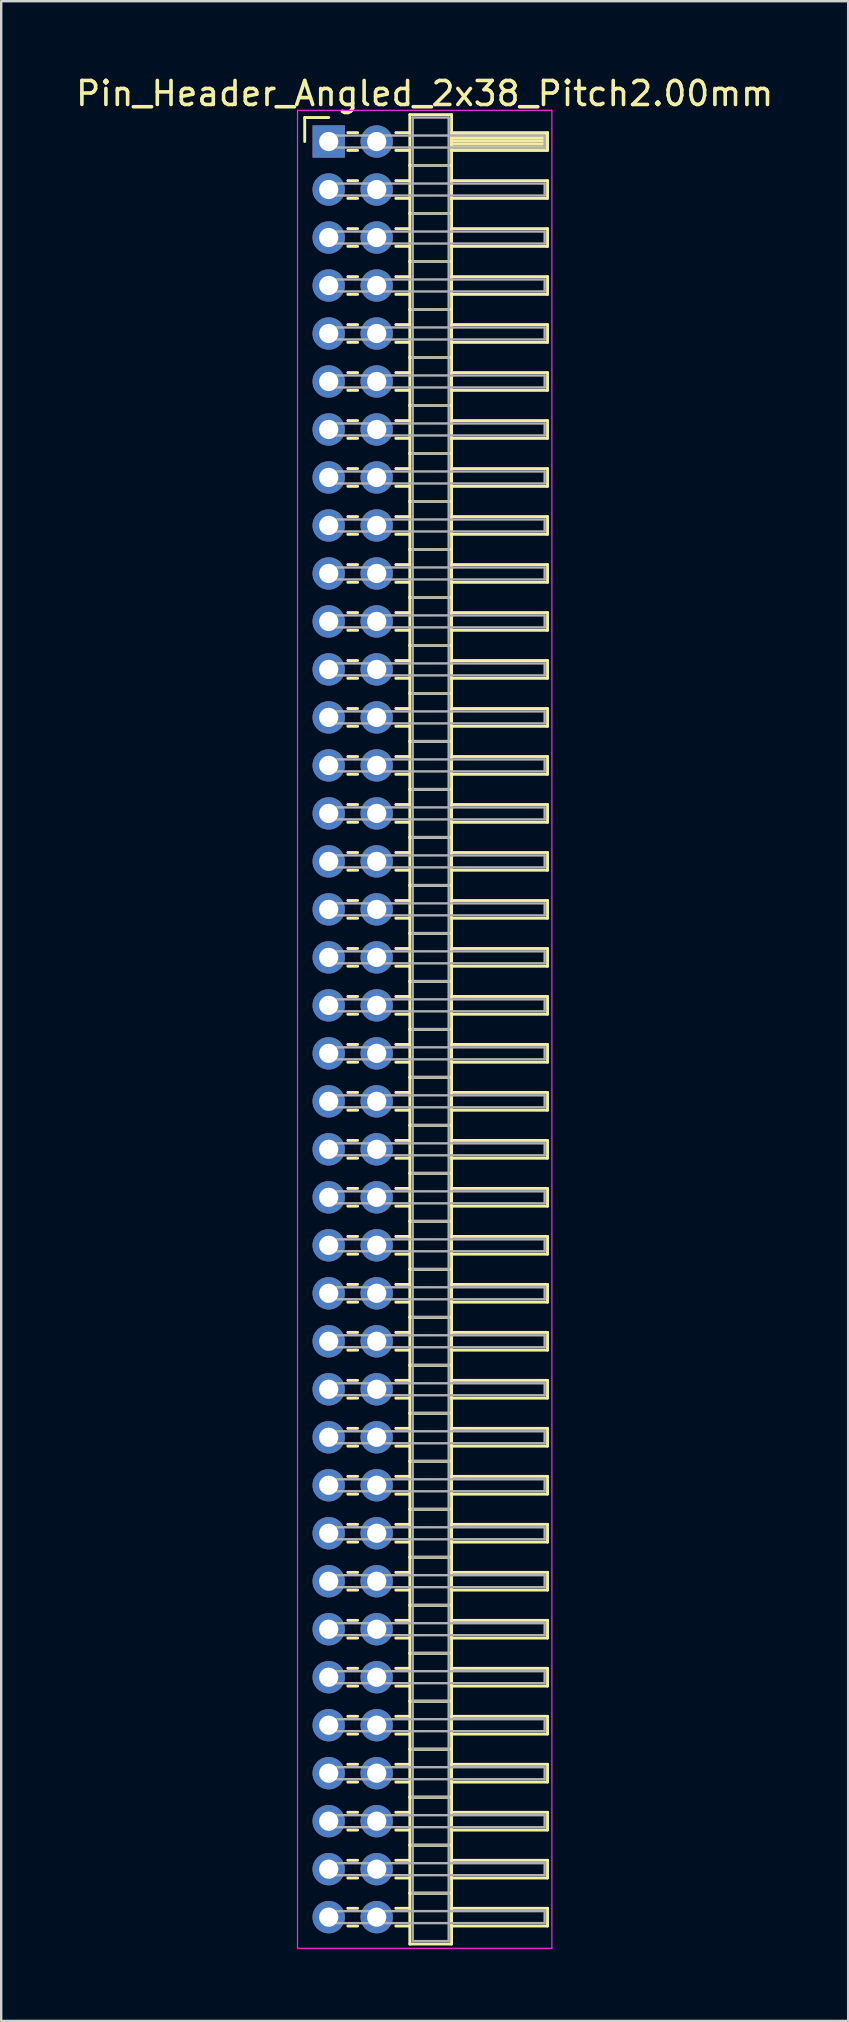
<source format=kicad_pcb>
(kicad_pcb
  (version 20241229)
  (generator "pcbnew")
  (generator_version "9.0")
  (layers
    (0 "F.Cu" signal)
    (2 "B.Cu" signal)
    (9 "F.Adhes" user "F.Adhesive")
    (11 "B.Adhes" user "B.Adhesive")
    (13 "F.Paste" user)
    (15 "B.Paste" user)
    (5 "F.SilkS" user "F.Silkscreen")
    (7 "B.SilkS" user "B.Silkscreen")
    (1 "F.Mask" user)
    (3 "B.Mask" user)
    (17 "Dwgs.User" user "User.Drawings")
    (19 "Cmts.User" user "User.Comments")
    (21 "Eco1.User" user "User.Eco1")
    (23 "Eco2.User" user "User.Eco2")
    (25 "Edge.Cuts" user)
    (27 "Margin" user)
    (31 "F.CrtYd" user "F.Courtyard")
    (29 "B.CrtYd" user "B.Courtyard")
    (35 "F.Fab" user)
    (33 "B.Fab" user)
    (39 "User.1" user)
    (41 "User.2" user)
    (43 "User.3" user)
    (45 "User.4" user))
  (footprint "Pin_Header_Angled_2x38_Pitch2.00mm"
    (layer "F.Cu")
    (at 10.649 2.848)
    (property "Reference" "Pin_Header_Angled_2x38_Pitch2.00mm" (at 4 -2 0) (layer "F.SilkS") (effects (font (size 1 1) (thickness 0.15))))
    (attr through_hole)
    (fp_line (start -1 -1) (end 0 -1) (stroke (width 0.12) (type solid)) (layer "F.SilkS"))
    (fp_line (start -1 0) (end -1 -1) (stroke (width 0.12) (type solid)) (layer "F.SilkS"))
    (fp_line (start 0.795 -0.37) (end 1.205 -0.37) (stroke (width 0.12) (type solid)) (layer "F.SilkS"))
    (fp_line (start 0.795 0.37) (end 1.205 0.37) (stroke (width 0.12) (type solid)) (layer "F.SilkS"))
    (fp_line (start 0.795 1.63) (end 1.205 1.63) (stroke (width 0.12) (type solid)) (layer "F.SilkS"))
    (fp_line (start 0.795 2.37) (end 1.205 2.37) (stroke (width 0.12) (type solid)) (layer "F.SilkS"))
    (fp_line (start 0.795 3.63) (end 1.205 3.63) (stroke (width 0.12) (type solid)) (layer "F.SilkS"))
    (fp_line (start 0.795 4.37) (end 1.205 4.37) (stroke (width 0.12) (type solid)) (layer "F.SilkS"))
    (fp_line (start 0.795 5.63) (end 1.205 5.63) (stroke (width 0.12) (type solid)) (layer "F.SilkS"))
    (fp_line (start 0.795 6.37) (end 1.205 6.37) (stroke (width 0.12) (type solid)) (layer "F.SilkS"))
    (fp_line (start 0.795 7.63) (end 1.205 7.63) (stroke (width 0.12) (type solid)) (layer "F.SilkS"))
    (fp_line (start 0.795 8.37) (end 1.205 8.37) (stroke (width 0.12) (type solid)) (layer "F.SilkS"))
    (fp_line (start 0.795 9.63) (end 1.205 9.63) (stroke (width 0.12) (type solid)) (layer "F.SilkS"))
    (fp_line (start 0.795 10.37) (end 1.205 10.37) (stroke (width 0.12) (type solid)) (layer "F.SilkS"))
    (fp_line (start 0.795 11.63) (end 1.205 11.63) (stroke (width 0.12) (type solid)) (layer "F.SilkS"))
    (fp_line (start 0.795 12.37) (end 1.205 12.37) (stroke (width 0.12) (type solid)) (layer "F.SilkS"))
    (fp_line (start 0.795 13.63) (end 1.205 13.63) (stroke (width 0.12) (type solid)) (layer "F.SilkS"))
    (fp_line (start 0.795 14.37) (end 1.205 14.37) (stroke (width 0.12) (type solid)) (layer "F.SilkS"))
    (fp_line (start 0.795 15.63) (end 1.205 15.63) (stroke (width 0.12) (type solid)) (layer "F.SilkS"))
    (fp_line (start 0.795 16.37) (end 1.205 16.37) (stroke (width 0.12) (type solid)) (layer "F.SilkS"))
    (fp_line (start 0.795 17.63) (end 1.205 17.63) (stroke (width 0.12) (type solid)) (layer "F.SilkS"))
    (fp_line (start 0.795 18.37) (end 1.205 18.37) (stroke (width 0.12) (type solid)) (layer "F.SilkS"))
    (fp_line (start 0.795 19.63) (end 1.205 19.63) (stroke (width 0.12) (type solid)) (layer "F.SilkS"))
    (fp_line (start 0.795 20.37) (end 1.205 20.37) (stroke (width 0.12) (type solid)) (layer "F.SilkS"))
    (fp_line (start 0.795 21.63) (end 1.205 21.63) (stroke (width 0.12) (type solid)) (layer "F.SilkS"))
    (fp_line (start 0.795 22.37) (end 1.205 22.37) (stroke (width 0.12) (type solid)) (layer "F.SilkS"))
    (fp_line (start 0.795 23.63) (end 1.205 23.63) (stroke (width 0.12) (type solid)) (layer "F.SilkS"))
    (fp_line (start 0.795 24.37) (end 1.205 24.37) (stroke (width 0.12) (type solid)) (layer "F.SilkS"))
    (fp_line (start 0.795 25.63) (end 1.205 25.63) (stroke (width 0.12) (type solid)) (layer "F.SilkS"))
    (fp_line (start 0.795 26.37) (end 1.205 26.37) (stroke (width 0.12) (type solid)) (layer "F.SilkS"))
    (fp_line (start 0.795 27.63) (end 1.205 27.63) (stroke (width 0.12) (type solid)) (layer "F.SilkS"))
    (fp_line (start 0.795 28.37) (end 1.205 28.37) (stroke (width 0.12) (type solid)) (layer "F.SilkS"))
    (fp_line (start 0.795 29.63) (end 1.205 29.63) (stroke (width 0.12) (type solid)) (layer "F.SilkS"))
    (fp_line (start 0.795 30.37) (end 1.205 30.37) (stroke (width 0.12) (type solid)) (layer "F.SilkS"))
    (fp_line (start 0.795 31.63) (end 1.205 31.63) (stroke (width 0.12) (type solid)) (layer "F.SilkS"))
    (fp_line (start 0.795 32.37) (end 1.205 32.37) (stroke (width 0.12) (type solid)) (layer "F.SilkS"))
    (fp_line (start 0.795 33.63) (end 1.205 33.63) (stroke (width 0.12) (type solid)) (layer "F.SilkS"))
    (fp_line (start 0.795 34.37) (end 1.205 34.37) (stroke (width 0.12) (type solid)) (layer "F.SilkS"))
    (fp_line (start 0.795 35.63) (end 1.205 35.63) (stroke (width 0.12) (type solid)) (layer "F.SilkS"))
    (fp_line (start 0.795 36.37) (end 1.205 36.37) (stroke (width 0.12) (type solid)) (layer "F.SilkS"))
    (fp_line (start 0.795 37.63) (end 1.205 37.63) (stroke (width 0.12) (type solid)) (layer "F.SilkS"))
    (fp_line (start 0.795 38.37) (end 1.205 38.37) (stroke (width 0.12) (type solid)) (layer "F.SilkS"))
    (fp_line (start 0.795 39.63) (end 1.205 39.63) (stroke (width 0.12) (type solid)) (layer "F.SilkS"))
    (fp_line (start 0.795 40.37) (end 1.205 40.37) (stroke (width 0.12) (type solid)) (layer "F.SilkS"))
    (fp_line (start 0.795 41.63) (end 1.205 41.63) (stroke (width 0.12) (type solid)) (layer "F.SilkS"))
    (fp_line (start 0.795 42.37) (end 1.205 42.37) (stroke (width 0.12) (type solid)) (layer "F.SilkS"))
    (fp_line (start 0.795 43.63) (end 1.205 43.63) (stroke (width 0.12) (type solid)) (layer "F.SilkS"))
    (fp_line (start 0.795 44.37) (end 1.205 44.37) (stroke (width 0.12) (type solid)) (layer "F.SilkS"))
    (fp_line (start 0.795 45.63) (end 1.205 45.63) (stroke (width 0.12) (type solid)) (layer "F.SilkS"))
    (fp_line (start 0.795 46.37) (end 1.205 46.37) (stroke (width 0.12) (type solid)) (layer "F.SilkS"))
    (fp_line (start 0.795 47.63) (end 1.205 47.63) (stroke (width 0.12) (type solid)) (layer "F.SilkS"))
    (fp_line (start 0.795 48.37) (end 1.205 48.37) (stroke (width 0.12) (type solid)) (layer "F.SilkS"))
    (fp_line (start 0.795 49.63) (end 1.205 49.63) (stroke (width 0.12) (type solid)) (layer "F.SilkS"))
    (fp_line (start 0.795 50.37) (end 1.205 50.37) (stroke (width 0.12) (type solid)) (layer "F.SilkS"))
    (fp_line (start 0.795 51.63) (end 1.205 51.63) (stroke (width 0.12) (type solid)) (layer "F.SilkS"))
    (fp_line (start 0.795 52.37) (end 1.205 52.37) (stroke (width 0.12) (type solid)) (layer "F.SilkS"))
    (fp_line (start 0.795 53.63) (end 1.205 53.63) (stroke (width 0.12) (type solid)) (layer "F.SilkS"))
    (fp_line (start 0.795 54.37) (end 1.205 54.37) (stroke (width 0.12) (type solid)) (layer "F.SilkS"))
    (fp_line (start 0.795 55.63) (end 1.205 55.63) (stroke (width 0.12) (type solid)) (layer "F.SilkS"))
    (fp_line (start 0.795 56.37) (end 1.205 56.37) (stroke (width 0.12) (type solid)) (layer "F.SilkS"))
    (fp_line (start 0.795 57.63) (end 1.205 57.63) (stroke (width 0.12) (type solid)) (layer "F.SilkS"))
    (fp_line (start 0.795 58.37) (end 1.205 58.37) (stroke (width 0.12) (type solid)) (layer "F.SilkS"))
    (fp_line (start 0.795 59.63) (end 1.205 59.63) (stroke (width 0.12) (type solid)) (layer "F.SilkS"))
    (fp_line (start 0.795 60.37) (end 1.205 60.37) (stroke (width 0.12) (type solid)) (layer "F.SilkS"))
    (fp_line (start 0.795 61.63) (end 1.205 61.63) (stroke (width 0.12) (type solid)) (layer "F.SilkS"))
    (fp_line (start 0.795 62.37) (end 1.205 62.37) (stroke (width 0.12) (type solid)) (layer "F.SilkS"))
    (fp_line (start 0.795 63.63) (end 1.205 63.63) (stroke (width 0.12) (type solid)) (layer "F.SilkS"))
    (fp_line (start 0.795 64.37) (end 1.205 64.37) (stroke (width 0.12) (type solid)) (layer "F.SilkS"))
    (fp_line (start 0.795 65.63) (end 1.205 65.63) (stroke (width 0.12) (type solid)) (layer "F.SilkS"))
    (fp_line (start 0.795 66.37) (end 1.205 66.37) (stroke (width 0.12) (type solid)) (layer "F.SilkS"))
    (fp_line (start 0.795 67.63) (end 1.205 67.63) (stroke (width 0.12) (type solid)) (layer "F.SilkS"))
    (fp_line (start 0.795 68.37) (end 1.205 68.37) (stroke (width 0.12) (type solid)) (layer "F.SilkS"))
    (fp_line (start 0.795 69.63) (end 1.205 69.63) (stroke (width 0.12) (type solid)) (layer "F.SilkS"))
    (fp_line (start 0.795 70.37) (end 1.205 70.37) (stroke (width 0.12) (type solid)) (layer "F.SilkS"))
    (fp_line (start 0.795 71.63) (end 1.205 71.63) (stroke (width 0.12) (type solid)) (layer "F.SilkS"))
    (fp_line (start 0.795 72.37) (end 1.205 72.37) (stroke (width 0.12) (type solid)) (layer "F.SilkS"))
    (fp_line (start 0.795 73.63) (end 1.205 73.63) (stroke (width 0.12) (type solid)) (layer "F.SilkS"))
    (fp_line (start 0.795 74.37) (end 1.205 74.37) (stroke (width 0.12) (type solid)) (layer "F.SilkS"))
    (fp_line (start 2.795 -0.37) (end 3.38 -0.37) (stroke (width 0.12) (type solid)) (layer "F.SilkS"))
    (fp_line (start 2.795 0.37) (end 3.38 0.37) (stroke (width 0.12) (type solid)) (layer "F.SilkS"))
    (fp_line (start 2.795 1.63) (end 3.38 1.63) (stroke (width 0.12) (type solid)) (layer "F.SilkS"))
    (fp_line (start 2.795 2.37) (end 3.38 2.37) (stroke (width 0.12) (type solid)) (layer "F.SilkS"))
    (fp_line (start 2.795 3.63) (end 3.38 3.63) (stroke (width 0.12) (type solid)) (layer "F.SilkS"))
    (fp_line (start 2.795 4.37) (end 3.38 4.37) (stroke (width 0.12) (type solid)) (layer "F.SilkS"))
    (fp_line (start 2.795 5.63) (end 3.38 5.63) (stroke (width 0.12) (type solid)) (layer "F.SilkS"))
    (fp_line (start 2.795 6.37) (end 3.38 6.37) (stroke (width 0.12) (type solid)) (layer "F.SilkS"))
    (fp_line (start 2.795 7.63) (end 3.38 7.63) (stroke (width 0.12) (type solid)) (layer "F.SilkS"))
    (fp_line (start 2.795 8.37) (end 3.38 8.37) (stroke (width 0.12) (type solid)) (layer "F.SilkS"))
    (fp_line (start 2.795 9.63) (end 3.38 9.63) (stroke (width 0.12) (type solid)) (layer "F.SilkS"))
    (fp_line (start 2.795 10.37) (end 3.38 10.37) (stroke (width 0.12) (type solid)) (layer "F.SilkS"))
    (fp_line (start 2.795 11.63) (end 3.38 11.63) (stroke (width 0.12) (type solid)) (layer "F.SilkS"))
    (fp_line (start 2.795 12.37) (end 3.38 12.37) (stroke (width 0.12) (type solid)) (layer "F.SilkS"))
    (fp_line (start 2.795 13.63) (end 3.38 13.63) (stroke (width 0.12) (type solid)) (layer "F.SilkS"))
    (fp_line (start 2.795 14.37) (end 3.38 14.37) (stroke (width 0.12) (type solid)) (layer "F.SilkS"))
    (fp_line (start 2.795 15.63) (end 3.38 15.63) (stroke (width 0.12) (type solid)) (layer "F.SilkS"))
    (fp_line (start 2.795 16.37) (end 3.38 16.37) (stroke (width 0.12) (type solid)) (layer "F.SilkS"))
    (fp_line (start 2.795 17.63) (end 3.38 17.63) (stroke (width 0.12) (type solid)) (layer "F.SilkS"))
    (fp_line (start 2.795 18.37) (end 3.38 18.37) (stroke (width 0.12) (type solid)) (layer "F.SilkS"))
    (fp_line (start 2.795 19.63) (end 3.38 19.63) (stroke (width 0.12) (type solid)) (layer "F.SilkS"))
    (fp_line (start 2.795 20.37) (end 3.38 20.37) (stroke (width 0.12) (type solid)) (layer "F.SilkS"))
    (fp_line (start 2.795 21.63) (end 3.38 21.63) (stroke (width 0.12) (type solid)) (layer "F.SilkS"))
    (fp_line (start 2.795 22.37) (end 3.38 22.37) (stroke (width 0.12) (type solid)) (layer "F.SilkS"))
    (fp_line (start 2.795 23.63) (end 3.38 23.63) (stroke (width 0.12) (type solid)) (layer "F.SilkS"))
    (fp_line (start 2.795 24.37) (end 3.38 24.37) (stroke (width 0.12) (type solid)) (layer "F.SilkS"))
    (fp_line (start 2.795 25.63) (end 3.38 25.63) (stroke (width 0.12) (type solid)) (layer "F.SilkS"))
    (fp_line (start 2.795 26.37) (end 3.38 26.37) (stroke (width 0.12) (type solid)) (layer "F.SilkS"))
    (fp_line (start 2.795 27.63) (end 3.38 27.63) (stroke (width 0.12) (type solid)) (layer "F.SilkS"))
    (fp_line (start 2.795 28.37) (end 3.38 28.37) (stroke (width 0.12) (type solid)) (layer "F.SilkS"))
    (fp_line (start 2.795 29.63) (end 3.38 29.63) (stroke (width 0.12) (type solid)) (layer "F.SilkS"))
    (fp_line (start 2.795 30.37) (end 3.38 30.37) (stroke (width 0.12) (type solid)) (layer "F.SilkS"))
    (fp_line (start 2.795 31.63) (end 3.38 31.63) (stroke (width 0.12) (type solid)) (layer "F.SilkS"))
    (fp_line (start 2.795 32.37) (end 3.38 32.37) (stroke (width 0.12) (type solid)) (layer "F.SilkS"))
    (fp_line (start 2.795 33.63) (end 3.38 33.63) (stroke (width 0.12) (type solid)) (layer "F.SilkS"))
    (fp_line (start 2.795 34.37) (end 3.38 34.37) (stroke (width 0.12) (type solid)) (layer "F.SilkS"))
    (fp_line (start 2.795 35.63) (end 3.38 35.63) (stroke (width 0.12) (type solid)) (layer "F.SilkS"))
    (fp_line (start 2.795 36.37) (end 3.38 36.37) (stroke (width 0.12) (type solid)) (layer "F.SilkS"))
    (fp_line (start 2.795 37.63) (end 3.38 37.63) (stroke (width 0.12) (type solid)) (layer "F.SilkS"))
    (fp_line (start 2.795 38.37) (end 3.38 38.37) (stroke (width 0.12) (type solid)) (layer "F.SilkS"))
    (fp_line (start 2.795 39.63) (end 3.38 39.63) (stroke (width 0.12) (type solid)) (layer "F.SilkS"))
    (fp_line (start 2.795 40.37) (end 3.38 40.37) (stroke (width 0.12) (type solid)) (layer "F.SilkS"))
    (fp_line (start 2.795 41.63) (end 3.38 41.63) (stroke (width 0.12) (type solid)) (layer "F.SilkS"))
    (fp_line (start 2.795 42.37) (end 3.38 42.37) (stroke (width 0.12) (type solid)) (layer "F.SilkS"))
    (fp_line (start 2.795 43.63) (end 3.38 43.63) (stroke (width 0.12) (type solid)) (layer "F.SilkS"))
    (fp_line (start 2.795 44.37) (end 3.38 44.37) (stroke (width 0.12) (type solid)) (layer "F.SilkS"))
    (fp_line (start 2.795 45.63) (end 3.38 45.63) (stroke (width 0.12) (type solid)) (layer "F.SilkS"))
    (fp_line (start 2.795 46.37) (end 3.38 46.37) (stroke (width 0.12) (type solid)) (layer "F.SilkS"))
    (fp_line (start 2.795 47.63) (end 3.38 47.63) (stroke (width 0.12) (type solid)) (layer "F.SilkS"))
    (fp_line (start 2.795 48.37) (end 3.38 48.37) (stroke (width 0.12) (type solid)) (layer "F.SilkS"))
    (fp_line (start 2.795 49.63) (end 3.38 49.63) (stroke (width 0.12) (type solid)) (layer "F.SilkS"))
    (fp_line (start 2.795 50.37) (end 3.38 50.37) (stroke (width 0.12) (type solid)) (layer "F.SilkS"))
    (fp_line (start 2.795 51.63) (end 3.38 51.63) (stroke (width 0.12) (type solid)) (layer "F.SilkS"))
    (fp_line (start 2.795 52.37) (end 3.38 52.37) (stroke (width 0.12) (type solid)) (layer "F.SilkS"))
    (fp_line (start 2.795 53.63) (end 3.38 53.63) (stroke (width 0.12) (type solid)) (layer "F.SilkS"))
    (fp_line (start 2.795 54.37) (end 3.38 54.37) (stroke (width 0.12) (type solid)) (layer "F.SilkS"))
    (fp_line (start 2.795 55.63) (end 3.38 55.63) (stroke (width 0.12) (type solid)) (layer "F.SilkS"))
    (fp_line (start 2.795 56.37) (end 3.38 56.37) (stroke (width 0.12) (type solid)) (layer "F.SilkS"))
    (fp_line (start 2.795 57.63) (end 3.38 57.63) (stroke (width 0.12) (type solid)) (layer "F.SilkS"))
    (fp_line (start 2.795 58.37) (end 3.38 58.37) (stroke (width 0.12) (type solid)) (layer "F.SilkS"))
    (fp_line (start 2.795 59.63) (end 3.38 59.63) (stroke (width 0.12) (type solid)) (layer "F.SilkS"))
    (fp_line (start 2.795 60.37) (end 3.38 60.37) (stroke (width 0.12) (type solid)) (layer "F.SilkS"))
    (fp_line (start 2.795 61.63) (end 3.38 61.63) (stroke (width 0.12) (type solid)) (layer "F.SilkS"))
    (fp_line (start 2.795 62.37) (end 3.38 62.37) (stroke (width 0.12) (type solid)) (layer "F.SilkS"))
    (fp_line (start 2.795 63.63) (end 3.38 63.63) (stroke (width 0.12) (type solid)) (layer "F.SilkS"))
    (fp_line (start 2.795 64.37) (end 3.38 64.37) (stroke (width 0.12) (type solid)) (layer "F.SilkS"))
    (fp_line (start 2.795 65.63) (end 3.38 65.63) (stroke (width 0.12) (type solid)) (layer "F.SilkS"))
    (fp_line (start 2.795 66.37) (end 3.38 66.37) (stroke (width 0.12) (type solid)) (layer "F.SilkS"))
    (fp_line (start 2.795 67.63) (end 3.38 67.63) (stroke (width 0.12) (type solid)) (layer "F.SilkS"))
    (fp_line (start 2.795 68.37) (end 3.38 68.37) (stroke (width 0.12) (type solid)) (layer "F.SilkS"))
    (fp_line (start 2.795 69.63) (end 3.38 69.63) (stroke (width 0.12) (type solid)) (layer "F.SilkS"))
    (fp_line (start 2.795 70.37) (end 3.38 70.37) (stroke (width 0.12) (type solid)) (layer "F.SilkS"))
    (fp_line (start 2.795 71.63) (end 3.38 71.63) (stroke (width 0.12) (type solid)) (layer "F.SilkS"))
    (fp_line (start 2.795 72.37) (end 3.38 72.37) (stroke (width 0.12) (type solid)) (layer "F.SilkS"))
    (fp_line (start 2.795 73.63) (end 3.38 73.63) (stroke (width 0.12) (type solid)) (layer "F.SilkS"))
    (fp_line (start 2.795 74.37) (end 3.38 74.37) (stroke (width 0.12) (type solid)) (layer "F.SilkS"))
    (fp_line (start 3.38 -1.12) (end 3.38 1) (stroke (width 0.12) (type solid)) (layer "F.SilkS"))
    (fp_line (start 3.38 1) (end 3.38 3) (stroke (width 0.12) (type solid)) (layer "F.SilkS"))
    (fp_line (start 3.38 1) (end 5.12 1) (stroke (width 0.12) (type solid)) (layer "F.SilkS"))
    (fp_line (start 3.38 3) (end 3.38 5) (stroke (width 0.12) (type solid)) (layer "F.SilkS"))
    (fp_line (start 3.38 3) (end 5.12 3) (stroke (width 0.12) (type solid)) (layer "F.SilkS"))
    (fp_line (start 3.38 5) (end 3.38 7) (stroke (width 0.12) (type solid)) (layer "F.SilkS"))
    (fp_line (start 3.38 5) (end 5.12 5) (stroke (width 0.12) (type solid)) (layer "F.SilkS"))
    (fp_line (start 3.38 7) (end 3.38 9) (stroke (width 0.12) (type solid)) (layer "F.SilkS"))
    (fp_line (start 3.38 7) (end 5.12 7) (stroke (width 0.12) (type solid)) (layer "F.SilkS"))
    (fp_line (start 3.38 9) (end 3.38 11) (stroke (width 0.12) (type solid)) (layer "F.SilkS"))
    (fp_line (start 3.38 9) (end 5.12 9) (stroke (width 0.12) (type solid)) (layer "F.SilkS"))
    (fp_line (start 3.38 11) (end 3.38 13) (stroke (width 0.12) (type solid)) (layer "F.SilkS"))
    (fp_line (start 3.38 11) (end 5.12 11) (stroke (width 0.12) (type solid)) (layer "F.SilkS"))
    (fp_line (start 3.38 13) (end 3.38 15) (stroke (width 0.12) (type solid)) (layer "F.SilkS"))
    (fp_line (start 3.38 13) (end 5.12 13) (stroke (width 0.12) (type solid)) (layer "F.SilkS"))
    (fp_line (start 3.38 15) (end 3.38 17) (stroke (width 0.12) (type solid)) (layer "F.SilkS"))
    (fp_line (start 3.38 15) (end 5.12 15) (stroke (width 0.12) (type solid)) (layer "F.SilkS"))
    (fp_line (start 3.38 17) (end 3.38 19) (stroke (width 0.12) (type solid)) (layer "F.SilkS"))
    (fp_line (start 3.38 17) (end 5.12 17) (stroke (width 0.12) (type solid)) (layer "F.SilkS"))
    (fp_line (start 3.38 19) (end 3.38 21) (stroke (width 0.12) (type solid)) (layer "F.SilkS"))
    (fp_line (start 3.38 19) (end 5.12 19) (stroke (width 0.12) (type solid)) (layer "F.SilkS"))
    (fp_line (start 3.38 21) (end 3.38 23) (stroke (width 0.12) (type solid)) (layer "F.SilkS"))
    (fp_line (start 3.38 21) (end 5.12 21) (stroke (width 0.12) (type solid)) (layer "F.SilkS"))
    (fp_line (start 3.38 23) (end 3.38 25) (stroke (width 0.12) (type solid)) (layer "F.SilkS"))
    (fp_line (start 3.38 23) (end 5.12 23) (stroke (width 0.12) (type solid)) (layer "F.SilkS"))
    (fp_line (start 3.38 25) (end 3.38 27) (stroke (width 0.12) (type solid)) (layer "F.SilkS"))
    (fp_line (start 3.38 25) (end 5.12 25) (stroke (width 0.12) (type solid)) (layer "F.SilkS"))
    (fp_line (start 3.38 27) (end 3.38 29) (stroke (width 0.12) (type solid)) (layer "F.SilkS"))
    (fp_line (start 3.38 27) (end 5.12 27) (stroke (width 0.12) (type solid)) (layer "F.SilkS"))
    (fp_line (start 3.38 29) (end 3.38 31) (stroke (width 0.12) (type solid)) (layer "F.SilkS"))
    (fp_line (start 3.38 29) (end 5.12 29) (stroke (width 0.12) (type solid)) (layer "F.SilkS"))
    (fp_line (start 3.38 31) (end 3.38 33) (stroke (width 0.12) (type solid)) (layer "F.SilkS"))
    (fp_line (start 3.38 31) (end 5.12 31) (stroke (width 0.12) (type solid)) (layer "F.SilkS"))
    (fp_line (start 3.38 33) (end 3.38 35) (stroke (width 0.12) (type solid)) (layer "F.SilkS"))
    (fp_line (start 3.38 33) (end 5.12 33) (stroke (width 0.12) (type solid)) (layer "F.SilkS"))
    (fp_line (start 3.38 35) (end 3.38 37) (stroke (width 0.12) (type solid)) (layer "F.SilkS"))
    (fp_line (start 3.38 35) (end 5.12 35) (stroke (width 0.12) (type solid)) (layer "F.SilkS"))
    (fp_line (start 3.38 37) (end 3.38 39) (stroke (width 0.12) (type solid)) (layer "F.SilkS"))
    (fp_line (start 3.38 37) (end 5.12 37) (stroke (width 0.12) (type solid)) (layer "F.SilkS"))
    (fp_line (start 3.38 39) (end 3.38 41) (stroke (width 0.12) (type solid)) (layer "F.SilkS"))
    (fp_line (start 3.38 39) (end 5.12 39) (stroke (width 0.12) (type solid)) (layer "F.SilkS"))
    (fp_line (start 3.38 41) (end 3.38 43) (stroke (width 0.12) (type solid)) (layer "F.SilkS"))
    (fp_line (start 3.38 41) (end 5.12 41) (stroke (width 0.12) (type solid)) (layer "F.SilkS"))
    (fp_line (start 3.38 43) (end 3.38 45) (stroke (width 0.12) (type solid)) (layer "F.SilkS"))
    (fp_line (start 3.38 43) (end 5.12 43) (stroke (width 0.12) (type solid)) (layer "F.SilkS"))
    (fp_line (start 3.38 45) (end 3.38 47) (stroke (width 0.12) (type solid)) (layer "F.SilkS"))
    (fp_line (start 3.38 45) (end 5.12 45) (stroke (width 0.12) (type solid)) (layer "F.SilkS"))
    (fp_line (start 3.38 47) (end 3.38 49) (stroke (width 0.12) (type solid)) (layer "F.SilkS"))
    (fp_line (start 3.38 47) (end 5.12 47) (stroke (width 0.12) (type solid)) (layer "F.SilkS"))
    (fp_line (start 3.38 49) (end 3.38 51) (stroke (width 0.12) (type solid)) (layer "F.SilkS"))
    (fp_line (start 3.38 49) (end 5.12 49) (stroke (width 0.12) (type solid)) (layer "F.SilkS"))
    (fp_line (start 3.38 51) (end 3.38 53) (stroke (width 0.12) (type solid)) (layer "F.SilkS"))
    (fp_line (start 3.38 51) (end 5.12 51) (stroke (width 0.12) (type solid)) (layer "F.SilkS"))
    (fp_line (start 3.38 53) (end 3.38 55) (stroke (width 0.12) (type solid)) (layer "F.SilkS"))
    (fp_line (start 3.38 53) (end 5.12 53) (stroke (width 0.12) (type solid)) (layer "F.SilkS"))
    (fp_line (start 3.38 55) (end 3.38 57) (stroke (width 0.12) (type solid)) (layer "F.SilkS"))
    (fp_line (start 3.38 55) (end 5.12 55) (stroke (width 0.12) (type solid)) (layer "F.SilkS"))
    (fp_line (start 3.38 57) (end 3.38 59) (stroke (width 0.12) (type solid)) (layer "F.SilkS"))
    (fp_line (start 3.38 57) (end 5.12 57) (stroke (width 0.12) (type solid)) (layer "F.SilkS"))
    (fp_line (start 3.38 59) (end 3.38 61) (stroke (width 0.12) (type solid)) (layer "F.SilkS"))
    (fp_line (start 3.38 59) (end 5.12 59) (stroke (width 0.12) (type solid)) (layer "F.SilkS"))
    (fp_line (start 3.38 61) (end 3.38 63) (stroke (width 0.12) (type solid)) (layer "F.SilkS"))
    (fp_line (start 3.38 61) (end 5.12 61) (stroke (width 0.12) (type solid)) (layer "F.SilkS"))
    (fp_line (start 3.38 63) (end 3.38 65) (stroke (width 0.12) (type solid)) (layer "F.SilkS"))
    (fp_line (start 3.38 63) (end 5.12 63) (stroke (width 0.12) (type solid)) (layer "F.SilkS"))
    (fp_line (start 3.38 65) (end 3.38 67) (stroke (width 0.12) (type solid)) (layer "F.SilkS"))
    (fp_line (start 3.38 65) (end 5.12 65) (stroke (width 0.12) (type solid)) (layer "F.SilkS"))
    (fp_line (start 3.38 67) (end 3.38 69) (stroke (width 0.12) (type solid)) (layer "F.SilkS"))
    (fp_line (start 3.38 67) (end 5.12 67) (stroke (width 0.12) (type solid)) (layer "F.SilkS"))
    (fp_line (start 3.38 69) (end 3.38 71) (stroke (width 0.12) (type solid)) (layer "F.SilkS"))
    (fp_line (start 3.38 69) (end 5.12 69) (stroke (width 0.12) (type solid)) (layer "F.SilkS"))
    (fp_line (start 3.38 71) (end 3.38 73) (stroke (width 0.12) (type solid)) (layer "F.SilkS"))
    (fp_line (start 3.38 71) (end 5.12 71) (stroke (width 0.12) (type solid)) (layer "F.SilkS"))
    (fp_line (start 3.38 73) (end 3.38 75.12) (stroke (width 0.12) (type solid)) (layer "F.SilkS"))
    (fp_line (start 3.38 73) (end 5.12 73) (stroke (width 0.12) (type solid)) (layer "F.SilkS"))
    (fp_line (start 3.38 75.12) (end 5.12 75.12) (stroke (width 0.12) (type solid)) (layer "F.SilkS"))
    (fp_line (start 5.12 -1.12) (end 3.38 -1.12) (stroke (width 0.12) (type solid)) (layer "F.SilkS"))
    (fp_line (start 5.12 -0.37) (end 5.12 0.37) (stroke (width 0.12) (type solid)) (layer "F.SilkS"))
    (fp_line (start 5.12 -0.25) (end 9.12 -0.25) (stroke (width 0.12) (type solid)) (layer "F.SilkS"))
    (fp_line (start 5.12 -0.13) (end 9.12 -0.13) (stroke (width 0.12) (type solid)) (layer "F.SilkS"))
    (fp_line (start 5.12 -0.01) (end 9.12 -0.01) (stroke (width 0.12) (type solid)) (layer "F.SilkS"))
    (fp_line (start 5.12 0.11) (end 9.12 0.11) (stroke (width 0.12) (type solid)) (layer "F.SilkS"))
    (fp_line (start 5.12 0.23) (end 9.12 0.23) (stroke (width 0.12) (type solid)) (layer "F.SilkS"))
    (fp_line (start 5.12 0.35) (end 9.12 0.35) (stroke (width 0.12) (type solid)) (layer "F.SilkS"))
    (fp_line (start 5.12 0.37) (end 9.12 0.37) (stroke (width 0.12) (type solid)) (layer "F.SilkS"))
    (fp_line (start 5.12 1) (end 3.38 1) (stroke (width 0.12) (type solid)) (layer "F.SilkS"))
    (fp_line (start 5.12 1) (end 5.12 -1.12) (stroke (width 0.12) (type solid)) (layer "F.SilkS"))
    (fp_line (start 5.12 1.63) (end 5.12 2.37) (stroke (width 0.12) (type solid)) (layer "F.SilkS"))
    (fp_line (start 5.12 2.37) (end 9.12 2.37) (stroke (width 0.12) (type solid)) (layer "F.SilkS"))
    (fp_line (start 5.12 3) (end 3.38 3) (stroke (width 0.12) (type solid)) (layer "F.SilkS"))
    (fp_line (start 5.12 3) (end 5.12 1) (stroke (width 0.12) (type solid)) (layer "F.SilkS"))
    (fp_line (start 5.12 3.63) (end 5.12 4.37) (stroke (width 0.12) (type solid)) (layer "F.SilkS"))
    (fp_line (start 5.12 4.37) (end 9.12 4.37) (stroke (width 0.12) (type solid)) (layer "F.SilkS"))
    (fp_line (start 5.12 5) (end 3.38 5) (stroke (width 0.12) (type solid)) (layer "F.SilkS"))
    (fp_line (start 5.12 5) (end 5.12 3) (stroke (width 0.12) (type solid)) (layer "F.SilkS"))
    (fp_line (start 5.12 5.63) (end 5.12 6.37) (stroke (width 0.12) (type solid)) (layer "F.SilkS"))
    (fp_line (start 5.12 6.37) (end 9.12 6.37) (stroke (width 0.12) (type solid)) (layer "F.SilkS"))
    (fp_line (start 5.12 7) (end 3.38 7) (stroke (width 0.12) (type solid)) (layer "F.SilkS"))
    (fp_line (start 5.12 7) (end 5.12 5) (stroke (width 0.12) (type solid)) (layer "F.SilkS"))
    (fp_line (start 5.12 7.63) (end 5.12 8.37) (stroke (width 0.12) (type solid)) (layer "F.SilkS"))
    (fp_line (start 5.12 8.37) (end 9.12 8.37) (stroke (width 0.12) (type solid)) (layer "F.SilkS"))
    (fp_line (start 5.12 9) (end 3.38 9) (stroke (width 0.12) (type solid)) (layer "F.SilkS"))
    (fp_line (start 5.12 9) (end 5.12 7) (stroke (width 0.12) (type solid)) (layer "F.SilkS"))
    (fp_line (start 5.12 9.63) (end 5.12 10.37) (stroke (width 0.12) (type solid)) (layer "F.SilkS"))
    (fp_line (start 5.12 10.37) (end 9.12 10.37) (stroke (width 0.12) (type solid)) (layer "F.SilkS"))
    (fp_line (start 5.12 11) (end 3.38 11) (stroke (width 0.12) (type solid)) (layer "F.SilkS"))
    (fp_line (start 5.12 11) (end 5.12 9) (stroke (width 0.12) (type solid)) (layer "F.SilkS"))
    (fp_line (start 5.12 11.63) (end 5.12 12.37) (stroke (width 0.12) (type solid)) (layer "F.SilkS"))
    (fp_line (start 5.12 12.37) (end 9.12 12.37) (stroke (width 0.12) (type solid)) (layer "F.SilkS"))
    (fp_line (start 5.12 13) (end 3.38 13) (stroke (width 0.12) (type solid)) (layer "F.SilkS"))
    (fp_line (start 5.12 13) (end 5.12 11) (stroke (width 0.12) (type solid)) (layer "F.SilkS"))
    (fp_line (start 5.12 13.63) (end 5.12 14.37) (stroke (width 0.12) (type solid)) (layer "F.SilkS"))
    (fp_line (start 5.12 14.37) (end 9.12 14.37) (stroke (width 0.12) (type solid)) (layer "F.SilkS"))
    (fp_line (start 5.12 15) (end 3.38 15) (stroke (width 0.12) (type solid)) (layer "F.SilkS"))
    (fp_line (start 5.12 15) (end 5.12 13) (stroke (width 0.12) (type solid)) (layer "F.SilkS"))
    (fp_line (start 5.12 15.63) (end 5.12 16.37) (stroke (width 0.12) (type solid)) (layer "F.SilkS"))
    (fp_line (start 5.12 16.37) (end 9.12 16.37) (stroke (width 0.12) (type solid)) (layer "F.SilkS"))
    (fp_line (start 5.12 17) (end 3.38 17) (stroke (width 0.12) (type solid)) (layer "F.SilkS"))
    (fp_line (start 5.12 17) (end 5.12 15) (stroke (width 0.12) (type solid)) (layer "F.SilkS"))
    (fp_line (start 5.12 17.63) (end 5.12 18.37) (stroke (width 0.12) (type solid)) (layer "F.SilkS"))
    (fp_line (start 5.12 18.37) (end 9.12 18.37) (stroke (width 0.12) (type solid)) (layer "F.SilkS"))
    (fp_line (start 5.12 19) (end 3.38 19) (stroke (width 0.12) (type solid)) (layer "F.SilkS"))
    (fp_line (start 5.12 19) (end 5.12 17) (stroke (width 0.12) (type solid)) (layer "F.SilkS"))
    (fp_line (start 5.12 19.63) (end 5.12 20.37) (stroke (width 0.12) (type solid)) (layer "F.SilkS"))
    (fp_line (start 5.12 20.37) (end 9.12 20.37) (stroke (width 0.12) (type solid)) (layer "F.SilkS"))
    (fp_line (start 5.12 21) (end 3.38 21) (stroke (width 0.12) (type solid)) (layer "F.SilkS"))
    (fp_line (start 5.12 21) (end 5.12 19) (stroke (width 0.12) (type solid)) (layer "F.SilkS"))
    (fp_line (start 5.12 21.63) (end 5.12 22.37) (stroke (width 0.12) (type solid)) (layer "F.SilkS"))
    (fp_line (start 5.12 22.37) (end 9.12 22.37) (stroke (width 0.12) (type solid)) (layer "F.SilkS"))
    (fp_line (start 5.12 23) (end 3.38 23) (stroke (width 0.12) (type solid)) (layer "F.SilkS"))
    (fp_line (start 5.12 23) (end 5.12 21) (stroke (width 0.12) (type solid)) (layer "F.SilkS"))
    (fp_line (start 5.12 23.63) (end 5.12 24.37) (stroke (width 0.12) (type solid)) (layer "F.SilkS"))
    (fp_line (start 5.12 24.37) (end 9.12 24.37) (stroke (width 0.12) (type solid)) (layer "F.SilkS"))
    (fp_line (start 5.12 25) (end 3.38 25) (stroke (width 0.12) (type solid)) (layer "F.SilkS"))
    (fp_line (start 5.12 25) (end 5.12 23) (stroke (width 0.12) (type solid)) (layer "F.SilkS"))
    (fp_line (start 5.12 25.63) (end 5.12 26.37) (stroke (width 0.12) (type solid)) (layer "F.SilkS"))
    (fp_line (start 5.12 26.37) (end 9.12 26.37) (stroke (width 0.12) (type solid)) (layer "F.SilkS"))
    (fp_line (start 5.12 27) (end 3.38 27) (stroke (width 0.12) (type solid)) (layer "F.SilkS"))
    (fp_line (start 5.12 27) (end 5.12 25) (stroke (width 0.12) (type solid)) (layer "F.SilkS"))
    (fp_line (start 5.12 27.63) (end 5.12 28.37) (stroke (width 0.12) (type solid)) (layer "F.SilkS"))
    (fp_line (start 5.12 28.37) (end 9.12 28.37) (stroke (width 0.12) (type solid)) (layer "F.SilkS"))
    (fp_line (start 5.12 29) (end 3.38 29) (stroke (width 0.12) (type solid)) (layer "F.SilkS"))
    (fp_line (start 5.12 29) (end 5.12 27) (stroke (width 0.12) (type solid)) (layer "F.SilkS"))
    (fp_line (start 5.12 29.63) (end 5.12 30.37) (stroke (width 0.12) (type solid)) (layer "F.SilkS"))
    (fp_line (start 5.12 30.37) (end 9.12 30.37) (stroke (width 0.12) (type solid)) (layer "F.SilkS"))
    (fp_line (start 5.12 31) (end 3.38 31) (stroke (width 0.12) (type solid)) (layer "F.SilkS"))
    (fp_line (start 5.12 31) (end 5.12 29) (stroke (width 0.12) (type solid)) (layer "F.SilkS"))
    (fp_line (start 5.12 31.63) (end 5.12 32.37) (stroke (width 0.12) (type solid)) (layer "F.SilkS"))
    (fp_line (start 5.12 32.37) (end 9.12 32.37) (stroke (width 0.12) (type solid)) (layer "F.SilkS"))
    (fp_line (start 5.12 33) (end 3.38 33) (stroke (width 0.12) (type solid)) (layer "F.SilkS"))
    (fp_line (start 5.12 33) (end 5.12 31) (stroke (width 0.12) (type solid)) (layer "F.SilkS"))
    (fp_line (start 5.12 33.63) (end 5.12 34.37) (stroke (width 0.12) (type solid)) (layer "F.SilkS"))
    (fp_line (start 5.12 34.37) (end 9.12 34.37) (stroke (width 0.12) (type solid)) (layer "F.SilkS"))
    (fp_line (start 5.12 35) (end 3.38 35) (stroke (width 0.12) (type solid)) (layer "F.SilkS"))
    (fp_line (start 5.12 35) (end 5.12 33) (stroke (width 0.12) (type solid)) (layer "F.SilkS"))
    (fp_line (start 5.12 35.63) (end 5.12 36.37) (stroke (width 0.12) (type solid)) (layer "F.SilkS"))
    (fp_line (start 5.12 36.37) (end 9.12 36.37) (stroke (width 0.12) (type solid)) (layer "F.SilkS"))
    (fp_line (start 5.12 37) (end 3.38 37) (stroke (width 0.12) (type solid)) (layer "F.SilkS"))
    (fp_line (start 5.12 37) (end 5.12 35) (stroke (width 0.12) (type solid)) (layer "F.SilkS"))
    (fp_line (start 5.12 37.63) (end 5.12 38.37) (stroke (width 0.12) (type solid)) (layer "F.SilkS"))
    (fp_line (start 5.12 38.37) (end 9.12 38.37) (stroke (width 0.12) (type solid)) (layer "F.SilkS"))
    (fp_line (start 5.12 39) (end 3.38 39) (stroke (width 0.12) (type solid)) (layer "F.SilkS"))
    (fp_line (start 5.12 39) (end 5.12 37) (stroke (width 0.12) (type solid)) (layer "F.SilkS"))
    (fp_line (start 5.12 39.63) (end 5.12 40.37) (stroke (width 0.12) (type solid)) (layer "F.SilkS"))
    (fp_line (start 5.12 40.37) (end 9.12 40.37) (stroke (width 0.12) (type solid)) (layer "F.SilkS"))
    (fp_line (start 5.12 41) (end 3.38 41) (stroke (width 0.12) (type solid)) (layer "F.SilkS"))
    (fp_line (start 5.12 41) (end 5.12 39) (stroke (width 0.12) (type solid)) (layer "F.SilkS"))
    (fp_line (start 5.12 41.63) (end 5.12 42.37) (stroke (width 0.12) (type solid)) (layer "F.SilkS"))
    (fp_line (start 5.12 42.37) (end 9.12 42.37) (stroke (width 0.12) (type solid)) (layer "F.SilkS"))
    (fp_line (start 5.12 43) (end 3.38 43) (stroke (width 0.12) (type solid)) (layer "F.SilkS"))
    (fp_line (start 5.12 43) (end 5.12 41) (stroke (width 0.12) (type solid)) (layer "F.SilkS"))
    (fp_line (start 5.12 43.63) (end 5.12 44.37) (stroke (width 0.12) (type solid)) (layer "F.SilkS"))
    (fp_line (start 5.12 44.37) (end 9.12 44.37) (stroke (width 0.12) (type solid)) (layer "F.SilkS"))
    (fp_line (start 5.12 45) (end 3.38 45) (stroke (width 0.12) (type solid)) (layer "F.SilkS"))
    (fp_line (start 5.12 45) (end 5.12 43) (stroke (width 0.12) (type solid)) (layer "F.SilkS"))
    (fp_line (start 5.12 45.63) (end 5.12 46.37) (stroke (width 0.12) (type solid)) (layer "F.SilkS"))
    (fp_line (start 5.12 46.37) (end 9.12 46.37) (stroke (width 0.12) (type solid)) (layer "F.SilkS"))
    (fp_line (start 5.12 47) (end 3.38 47) (stroke (width 0.12) (type solid)) (layer "F.SilkS"))
    (fp_line (start 5.12 47) (end 5.12 45) (stroke (width 0.12) (type solid)) (layer "F.SilkS"))
    (fp_line (start 5.12 47.63) (end 5.12 48.37) (stroke (width 0.12) (type solid)) (layer "F.SilkS"))
    (fp_line (start 5.12 48.37) (end 9.12 48.37) (stroke (width 0.12) (type solid)) (layer "F.SilkS"))
    (fp_line (start 5.12 49) (end 3.38 49) (stroke (width 0.12) (type solid)) (layer "F.SilkS"))
    (fp_line (start 5.12 49) (end 5.12 47) (stroke (width 0.12) (type solid)) (layer "F.SilkS"))
    (fp_line (start 5.12 49.63) (end 5.12 50.37) (stroke (width 0.12) (type solid)) (layer "F.SilkS"))
    (fp_line (start 5.12 50.37) (end 9.12 50.37) (stroke (width 0.12) (type solid)) (layer "F.SilkS"))
    (fp_line (start 5.12 51) (end 3.38 51) (stroke (width 0.12) (type solid)) (layer "F.SilkS"))
    (fp_line (start 5.12 51) (end 5.12 49) (stroke (width 0.12) (type solid)) (layer "F.SilkS"))
    (fp_line (start 5.12 51.63) (end 5.12 52.37) (stroke (width 0.12) (type solid)) (layer "F.SilkS"))
    (fp_line (start 5.12 52.37) (end 9.12 52.37) (stroke (width 0.12) (type solid)) (layer "F.SilkS"))
    (fp_line (start 5.12 53) (end 3.38 53) (stroke (width 0.12) (type solid)) (layer "F.SilkS"))
    (fp_line (start 5.12 53) (end 5.12 51) (stroke (width 0.12) (type solid)) (layer "F.SilkS"))
    (fp_line (start 5.12 53.63) (end 5.12 54.37) (stroke (width 0.12) (type solid)) (layer "F.SilkS"))
    (fp_line (start 5.12 54.37) (end 9.12 54.37) (stroke (width 0.12) (type solid)) (layer "F.SilkS"))
    (fp_line (start 5.12 55) (end 3.38 55) (stroke (width 0.12) (type solid)) (layer "F.SilkS"))
    (fp_line (start 5.12 55) (end 5.12 53) (stroke (width 0.12) (type solid)) (layer "F.SilkS"))
    (fp_line (start 5.12 55.63) (end 5.12 56.37) (stroke (width 0.12) (type solid)) (layer "F.SilkS"))
    (fp_line (start 5.12 56.37) (end 9.12 56.37) (stroke (width 0.12) (type solid)) (layer "F.SilkS"))
    (fp_line (start 5.12 57) (end 3.38 57) (stroke (width 0.12) (type solid)) (layer "F.SilkS"))
    (fp_line (start 5.12 57) (end 5.12 55) (stroke (width 0.12) (type solid)) (layer "F.SilkS"))
    (fp_line (start 5.12 57.63) (end 5.12 58.37) (stroke (width 0.12) (type solid)) (layer "F.SilkS"))
    (fp_line (start 5.12 58.37) (end 9.12 58.37) (stroke (width 0.12) (type solid)) (layer "F.SilkS"))
    (fp_line (start 5.12 59) (end 3.38 59) (stroke (width 0.12) (type solid)) (layer "F.SilkS"))
    (fp_line (start 5.12 59) (end 5.12 57) (stroke (width 0.12) (type solid)) (layer "F.SilkS"))
    (fp_line (start 5.12 59.63) (end 5.12 60.37) (stroke (width 0.12) (type solid)) (layer "F.SilkS"))
    (fp_line (start 5.12 60.37) (end 9.12 60.37) (stroke (width 0.12) (type solid)) (layer "F.SilkS"))
    (fp_line (start 5.12 61) (end 3.38 61) (stroke (width 0.12) (type solid)) (layer "F.SilkS"))
    (fp_line (start 5.12 61) (end 5.12 59) (stroke (width 0.12) (type solid)) (layer "F.SilkS"))
    (fp_line (start 5.12 61.63) (end 5.12 62.37) (stroke (width 0.12) (type solid)) (layer "F.SilkS"))
    (fp_line (start 5.12 62.37) (end 9.12 62.37) (stroke (width 0.12) (type solid)) (layer "F.SilkS"))
    (fp_line (start 5.12 63) (end 3.38 63) (stroke (width 0.12) (type solid)) (layer "F.SilkS"))
    (fp_line (start 5.12 63) (end 5.12 61) (stroke (width 0.12) (type solid)) (layer "F.SilkS"))
    (fp_line (start 5.12 63.63) (end 5.12 64.37) (stroke (width 0.12) (type solid)) (layer "F.SilkS"))
    (fp_line (start 5.12 64.37) (end 9.12 64.37) (stroke (width 0.12) (type solid)) (layer "F.SilkS"))
    (fp_line (start 5.12 65) (end 3.38 65) (stroke (width 0.12) (type solid)) (layer "F.SilkS"))
    (fp_line (start 5.12 65) (end 5.12 63) (stroke (width 0.12) (type solid)) (layer "F.SilkS"))
    (fp_line (start 5.12 65.63) (end 5.12 66.37) (stroke (width 0.12) (type solid)) (layer "F.SilkS"))
    (fp_line (start 5.12 66.37) (end 9.12 66.37) (stroke (width 0.12) (type solid)) (layer "F.SilkS"))
    (fp_line (start 5.12 67) (end 3.38 67) (stroke (width 0.12) (type solid)) (layer "F.SilkS"))
    (fp_line (start 5.12 67) (end 5.12 65) (stroke (width 0.12) (type solid)) (layer "F.SilkS"))
    (fp_line (start 5.12 67.63) (end 5.12 68.37) (stroke (width 0.12) (type solid)) (layer "F.SilkS"))
    (fp_line (start 5.12 68.37) (end 9.12 68.37) (stroke (width 0.12) (type solid)) (layer "F.SilkS"))
    (fp_line (start 5.12 69) (end 3.38 69) (stroke (width 0.12) (type solid)) (layer "F.SilkS"))
    (fp_line (start 5.12 69) (end 5.12 67) (stroke (width 0.12) (type solid)) (layer "F.SilkS"))
    (fp_line (start 5.12 69.63) (end 5.12 70.37) (stroke (width 0.12) (type solid)) (layer "F.SilkS"))
    (fp_line (start 5.12 70.37) (end 9.12 70.37) (stroke (width 0.12) (type solid)) (layer "F.SilkS"))
    (fp_line (start 5.12 71) (end 3.38 71) (stroke (width 0.12) (type solid)) (layer "F.SilkS"))
    (fp_line (start 5.12 71) (end 5.12 69) (stroke (width 0.12) (type solid)) (layer "F.SilkS"))
    (fp_line (start 5.12 71.63) (end 5.12 72.37) (stroke (width 0.12) (type solid)) (layer "F.SilkS"))
    (fp_line (start 5.12 72.37) (end 9.12 72.37) (stroke (width 0.12) (type solid)) (layer "F.SilkS"))
    (fp_line (start 5.12 73) (end 3.38 73) (stroke (width 0.12) (type solid)) (layer "F.SilkS"))
    (fp_line (start 5.12 73) (end 5.12 71) (stroke (width 0.12) (type solid)) (layer "F.SilkS"))
    (fp_line (start 5.12 73.63) (end 5.12 74.37) (stroke (width 0.12) (type solid)) (layer "F.SilkS"))
    (fp_line (start 5.12 74.37) (end 9.12 74.37) (stroke (width 0.12) (type solid)) (layer "F.SilkS"))
    (fp_line (start 5.12 75.12) (end 5.12 73) (stroke (width 0.12) (type solid)) (layer "F.SilkS"))
    (fp_line (start 9.12 -0.37) (end 5.12 -0.37) (stroke (width 0.12) (type solid)) (layer "F.SilkS"))
    (fp_line (start 9.12 0.37) (end 9.12 -0.37) (stroke (width 0.12) (type solid)) (layer "F.SilkS"))
    (fp_line (start 9.12 1.63) (end 5.12 1.63) (stroke (width 0.12) (type solid)) (layer "F.SilkS"))
    (fp_line (start 9.12 2.37) (end 9.12 1.63) (stroke (width 0.12) (type solid)) (layer "F.SilkS"))
    (fp_line (start 9.12 3.63) (end 5.12 3.63) (stroke (width 0.12) (type solid)) (layer "F.SilkS"))
    (fp_line (start 9.12 4.37) (end 9.12 3.63) (stroke (width 0.12) (type solid)) (layer "F.SilkS"))
    (fp_line (start 9.12 5.63) (end 5.12 5.63) (stroke (width 0.12) (type solid)) (layer "F.SilkS"))
    (fp_line (start 9.12 6.37) (end 9.12 5.63) (stroke (width 0.12) (type solid)) (layer "F.SilkS"))
    (fp_line (start 9.12 7.63) (end 5.12 7.63) (stroke (width 0.12) (type solid)) (layer "F.SilkS"))
    (fp_line (start 9.12 8.37) (end 9.12 7.63) (stroke (width 0.12) (type solid)) (layer "F.SilkS"))
    (fp_line (start 9.12 9.63) (end 5.12 9.63) (stroke (width 0.12) (type solid)) (layer "F.SilkS"))
    (fp_line (start 9.12 10.37) (end 9.12 9.63) (stroke (width 0.12) (type solid)) (layer "F.SilkS"))
    (fp_line (start 9.12 11.63) (end 5.12 11.63) (stroke (width 0.12) (type solid)) (layer "F.SilkS"))
    (fp_line (start 9.12 12.37) (end 9.12 11.63) (stroke (width 0.12) (type solid)) (layer "F.SilkS"))
    (fp_line (start 9.12 13.63) (end 5.12 13.63) (stroke (width 0.12) (type solid)) (layer "F.SilkS"))
    (fp_line (start 9.12 14.37) (end 9.12 13.63) (stroke (width 0.12) (type solid)) (layer "F.SilkS"))
    (fp_line (start 9.12 15.63) (end 5.12 15.63) (stroke (width 0.12) (type solid)) (layer "F.SilkS"))
    (fp_line (start 9.12 16.37) (end 9.12 15.63) (stroke (width 0.12) (type solid)) (layer "F.SilkS"))
    (fp_line (start 9.12 17.63) (end 5.12 17.63) (stroke (width 0.12) (type solid)) (layer "F.SilkS"))
    (fp_line (start 9.12 18.37) (end 9.12 17.63) (stroke (width 0.12) (type solid)) (layer "F.SilkS"))
    (fp_line (start 9.12 19.63) (end 5.12 19.63) (stroke (width 0.12) (type solid)) (layer "F.SilkS"))
    (fp_line (start 9.12 20.37) (end 9.12 19.63) (stroke (width 0.12) (type solid)) (layer "F.SilkS"))
    (fp_line (start 9.12 21.63) (end 5.12 21.63) (stroke (width 0.12) (type solid)) (layer "F.SilkS"))
    (fp_line (start 9.12 22.37) (end 9.12 21.63) (stroke (width 0.12) (type solid)) (layer "F.SilkS"))
    (fp_line (start 9.12 23.63) (end 5.12 23.63) (stroke (width 0.12) (type solid)) (layer "F.SilkS"))
    (fp_line (start 9.12 24.37) (end 9.12 23.63) (stroke (width 0.12) (type solid)) (layer "F.SilkS"))
    (fp_line (start 9.12 25.63) (end 5.12 25.63) (stroke (width 0.12) (type solid)) (layer "F.SilkS"))
    (fp_line (start 9.12 26.37) (end 9.12 25.63) (stroke (width 0.12) (type solid)) (layer "F.SilkS"))
    (fp_line (start 9.12 27.63) (end 5.12 27.63) (stroke (width 0.12) (type solid)) (layer "F.SilkS"))
    (fp_line (start 9.12 28.37) (end 9.12 27.63) (stroke (width 0.12) (type solid)) (layer "F.SilkS"))
    (fp_line (start 9.12 29.63) (end 5.12 29.63) (stroke (width 0.12) (type solid)) (layer "F.SilkS"))
    (fp_line (start 9.12 30.37) (end 9.12 29.63) (stroke (width 0.12) (type solid)) (layer "F.SilkS"))
    (fp_line (start 9.12 31.63) (end 5.12 31.63) (stroke (width 0.12) (type solid)) (layer "F.SilkS"))
    (fp_line (start 9.12 32.37) (end 9.12 31.63) (stroke (width 0.12) (type solid)) (layer "F.SilkS"))
    (fp_line (start 9.12 33.63) (end 5.12 33.63) (stroke (width 0.12) (type solid)) (layer "F.SilkS"))
    (fp_line (start 9.12 34.37) (end 9.12 33.63) (stroke (width 0.12) (type solid)) (layer "F.SilkS"))
    (fp_line (start 9.12 35.63) (end 5.12 35.63) (stroke (width 0.12) (type solid)) (layer "F.SilkS"))
    (fp_line (start 9.12 36.37) (end 9.12 35.63) (stroke (width 0.12) (type solid)) (layer "F.SilkS"))
    (fp_line (start 9.12 37.63) (end 5.12 37.63) (stroke (width 0.12) (type solid)) (layer "F.SilkS"))
    (fp_line (start 9.12 38.37) (end 9.12 37.63) (stroke (width 0.12) (type solid)) (layer "F.SilkS"))
    (fp_line (start 9.12 39.63) (end 5.12 39.63) (stroke (width 0.12) (type solid)) (layer "F.SilkS"))
    (fp_line (start 9.12 40.37) (end 9.12 39.63) (stroke (width 0.12) (type solid)) (layer "F.SilkS"))
    (fp_line (start 9.12 41.63) (end 5.12 41.63) (stroke (width 0.12) (type solid)) (layer "F.SilkS"))
    (fp_line (start 9.12 42.37) (end 9.12 41.63) (stroke (width 0.12) (type solid)) (layer "F.SilkS"))
    (fp_line (start 9.12 43.63) (end 5.12 43.63) (stroke (width 0.12) (type solid)) (layer "F.SilkS"))
    (fp_line (start 9.12 44.37) (end 9.12 43.63) (stroke (width 0.12) (type solid)) (layer "F.SilkS"))
    (fp_line (start 9.12 45.63) (end 5.12 45.63) (stroke (width 0.12) (type solid)) (layer "F.SilkS"))
    (fp_line (start 9.12 46.37) (end 9.12 45.63) (stroke (width 0.12) (type solid)) (layer "F.SilkS"))
    (fp_line (start 9.12 47.63) (end 5.12 47.63) (stroke (width 0.12) (type solid)) (layer "F.SilkS"))
    (fp_line (start 9.12 48.37) (end 9.12 47.63) (stroke (width 0.12) (type solid)) (layer "F.SilkS"))
    (fp_line (start 9.12 49.63) (end 5.12 49.63) (stroke (width 0.12) (type solid)) (layer "F.SilkS"))
    (fp_line (start 9.12 50.37) (end 9.12 49.63) (stroke (width 0.12) (type solid)) (layer "F.SilkS"))
    (fp_line (start 9.12 51.63) (end 5.12 51.63) (stroke (width 0.12) (type solid)) (layer "F.SilkS"))
    (fp_line (start 9.12 52.37) (end 9.12 51.63) (stroke (width 0.12) (type solid)) (layer "F.SilkS"))
    (fp_line (start 9.12 53.63) (end 5.12 53.63) (stroke (width 0.12) (type solid)) (layer "F.SilkS"))
    (fp_line (start 9.12 54.37) (end 9.12 53.63) (stroke (width 0.12) (type solid)) (layer "F.SilkS"))
    (fp_line (start 9.12 55.63) (end 5.12 55.63) (stroke (width 0.12) (type solid)) (layer "F.SilkS"))
    (fp_line (start 9.12 56.37) (end 9.12 55.63) (stroke (width 0.12) (type solid)) (layer "F.SilkS"))
    (fp_line (start 9.12 57.63) (end 5.12 57.63) (stroke (width 0.12) (type solid)) (layer "F.SilkS"))
    (fp_line (start 9.12 58.37) (end 9.12 57.63) (stroke (width 0.12) (type solid)) (layer "F.SilkS"))
    (fp_line (start 9.12 59.63) (end 5.12 59.63) (stroke (width 0.12) (type solid)) (layer "F.SilkS"))
    (fp_line (start 9.12 60.37) (end 9.12 59.63) (stroke (width 0.12) (type solid)) (layer "F.SilkS"))
    (fp_line (start 9.12 61.63) (end 5.12 61.63) (stroke (width 0.12) (type solid)) (layer "F.SilkS"))
    (fp_line (start 9.12 62.37) (end 9.12 61.63) (stroke (width 0.12) (type solid)) (layer "F.SilkS"))
    (fp_line (start 9.12 63.63) (end 5.12 63.63) (stroke (width 0.12) (type solid)) (layer "F.SilkS"))
    (fp_line (start 9.12 64.37) (end 9.12 63.63) (stroke (width 0.12) (type solid)) (layer "F.SilkS"))
    (fp_line (start 9.12 65.63) (end 5.12 65.63) (stroke (width 0.12) (type solid)) (layer "F.SilkS"))
    (fp_line (start 9.12 66.37) (end 9.12 65.63) (stroke (width 0.12) (type solid)) (layer "F.SilkS"))
    (fp_line (start 9.12 67.63) (end 5.12 67.63) (stroke (width 0.12) (type solid)) (layer "F.SilkS"))
    (fp_line (start 9.12 68.37) (end 9.12 67.63) (stroke (width 0.12) (type solid)) (layer "F.SilkS"))
    (fp_line (start 9.12 69.63) (end 5.12 69.63) (stroke (width 0.12) (type solid)) (layer "F.SilkS"))
    (fp_line (start 9.12 70.37) (end 9.12 69.63) (stroke (width 0.12) (type solid)) (layer "F.SilkS"))
    (fp_line (start 9.12 71.63) (end 5.12 71.63) (stroke (width 0.12) (type solid)) (layer "F.SilkS"))
    (fp_line (start 9.12 72.37) (end 9.12 71.63) (stroke (width 0.12) (type solid)) (layer "F.SilkS"))
    (fp_line (start 9.12 73.63) (end 5.12 73.63) (stroke (width 0.12) (type solid)) (layer "F.SilkS"))
    (fp_line (start 9.12 74.37) (end 9.12 73.63) (stroke (width 0.12) (type solid)) (layer "F.SilkS"))
    (fp_line (start -1.3 -1.3) (end -1.3 75.3) (stroke (width 0.05) (type solid)) (layer "F.CrtYd"))
    (fp_line (start -1.3 75.3) (end 9.3 75.3) (stroke (width 0.05) (type solid)) (layer "F.CrtYd"))
    (fp_line (start 9.3 -1.3) (end -1.3 -1.3) (stroke (width 0.05) (type solid)) (layer "F.CrtYd"))
    (fp_line (start 9.3 75.3) (end 9.3 -1.3) (stroke (width 0.05) (type solid)) (layer "F.CrtYd"))
    (fp_line (start 0 -0.25) (end 0 0.25) (stroke (width 0.1) (type solid)) (layer "F.Fab"))
    (fp_line (start 0 0.25) (end 9 0.25) (stroke (width 0.1) (type solid)) (layer "F.Fab"))
    (fp_line (start 0 1.75) (end 0 2.25) (stroke (width 0.1) (type solid)) (layer "F.Fab"))
    (fp_line (start 0 2.25) (end 9 2.25) (stroke (width 0.1) (type solid)) (layer "F.Fab"))
    (fp_line (start 0 3.75) (end 0 4.25) (stroke (width 0.1) (type solid)) (layer "F.Fab"))
    (fp_line (start 0 4.25) (end 9 4.25) (stroke (width 0.1) (type solid)) (layer "F.Fab"))
    (fp_line (start 0 5.75) (end 0 6.25) (stroke (width 0.1) (type solid)) (layer "F.Fab"))
    (fp_line (start 0 6.25) (end 9 6.25) (stroke (width 0.1) (type solid)) (layer "F.Fab"))
    (fp_line (start 0 7.75) (end 0 8.25) (stroke (width 0.1) (type solid)) (layer "F.Fab"))
    (fp_line (start 0 8.25) (end 9 8.25) (stroke (width 0.1) (type solid)) (layer "F.Fab"))
    (fp_line (start 0 9.75) (end 0 10.25) (stroke (width 0.1) (type solid)) (layer "F.Fab"))
    (fp_line (start 0 10.25) (end 9 10.25) (stroke (width 0.1) (type solid)) (layer "F.Fab"))
    (fp_line (start 0 11.75) (end 0 12.25) (stroke (width 0.1) (type solid)) (layer "F.Fab"))
    (fp_line (start 0 12.25) (end 9 12.25) (stroke (width 0.1) (type solid)) (layer "F.Fab"))
    (fp_line (start 0 13.75) (end 0 14.25) (stroke (width 0.1) (type solid)) (layer "F.Fab"))
    (fp_line (start 0 14.25) (end 9 14.25) (stroke (width 0.1) (type solid)) (layer "F.Fab"))
    (fp_line (start 0 15.75) (end 0 16.25) (stroke (width 0.1) (type solid)) (layer "F.Fab"))
    (fp_line (start 0 16.25) (end 9 16.25) (stroke (width 0.1) (type solid)) (layer "F.Fab"))
    (fp_line (start 0 17.75) (end 0 18.25) (stroke (width 0.1) (type solid)) (layer "F.Fab"))
    (fp_line (start 0 18.25) (end 9 18.25) (stroke (width 0.1) (type solid)) (layer "F.Fab"))
    (fp_line (start 0 19.75) (end 0 20.25) (stroke (width 0.1) (type solid)) (layer "F.Fab"))
    (fp_line (start 0 20.25) (end 9 20.25) (stroke (width 0.1) (type solid)) (layer "F.Fab"))
    (fp_line (start 0 21.75) (end 0 22.25) (stroke (width 0.1) (type solid)) (layer "F.Fab"))
    (fp_line (start 0 22.25) (end 9 22.25) (stroke (width 0.1) (type solid)) (layer "F.Fab"))
    (fp_line (start 0 23.75) (end 0 24.25) (stroke (width 0.1) (type solid)) (layer "F.Fab"))
    (fp_line (start 0 24.25) (end 9 24.25) (stroke (width 0.1) (type solid)) (layer "F.Fab"))
    (fp_line (start 0 25.75) (end 0 26.25) (stroke (width 0.1) (type solid)) (layer "F.Fab"))
    (fp_line (start 0 26.25) (end 9 26.25) (stroke (width 0.1) (type solid)) (layer "F.Fab"))
    (fp_line (start 0 27.75) (end 0 28.25) (stroke (width 0.1) (type solid)) (layer "F.Fab"))
    (fp_line (start 0 28.25) (end 9 28.25) (stroke (width 0.1) (type solid)) (layer "F.Fab"))
    (fp_line (start 0 29.75) (end 0 30.25) (stroke (width 0.1) (type solid)) (layer "F.Fab"))
    (fp_line (start 0 30.25) (end 9 30.25) (stroke (width 0.1) (type solid)) (layer "F.Fab"))
    (fp_line (start 0 31.75) (end 0 32.25) (stroke (width 0.1) (type solid)) (layer "F.Fab"))
    (fp_line (start 0 32.25) (end 9 32.25) (stroke (width 0.1) (type solid)) (layer "F.Fab"))
    (fp_line (start 0 33.75) (end 0 34.25) (stroke (width 0.1) (type solid)) (layer "F.Fab"))
    (fp_line (start 0 34.25) (end 9 34.25) (stroke (width 0.1) (type solid)) (layer "F.Fab"))
    (fp_line (start 0 35.75) (end 0 36.25) (stroke (width 0.1) (type solid)) (layer "F.Fab"))
    (fp_line (start 0 36.25) (end 9 36.25) (stroke (width 0.1) (type solid)) (layer "F.Fab"))
    (fp_line (start 0 37.75) (end 0 38.25) (stroke (width 0.1) (type solid)) (layer "F.Fab"))
    (fp_line (start 0 38.25) (end 9 38.25) (stroke (width 0.1) (type solid)) (layer "F.Fab"))
    (fp_line (start 0 39.75) (end 0 40.25) (stroke (width 0.1) (type solid)) (layer "F.Fab"))
    (fp_line (start 0 40.25) (end 9 40.25) (stroke (width 0.1) (type solid)) (layer "F.Fab"))
    (fp_line (start 0 41.75) (end 0 42.25) (stroke (width 0.1) (type solid)) (layer "F.Fab"))
    (fp_line (start 0 42.25) (end 9 42.25) (stroke (width 0.1) (type solid)) (layer "F.Fab"))
    (fp_line (start 0 43.75) (end 0 44.25) (stroke (width 0.1) (type solid)) (layer "F.Fab"))
    (fp_line (start 0 44.25) (end 9 44.25) (stroke (width 0.1) (type solid)) (layer "F.Fab"))
    (fp_line (start 0 45.75) (end 0 46.25) (stroke (width 0.1) (type solid)) (layer "F.Fab"))
    (fp_line (start 0 46.25) (end 9 46.25) (stroke (width 0.1) (type solid)) (layer "F.Fab"))
    (fp_line (start 0 47.75) (end 0 48.25) (stroke (width 0.1) (type solid)) (layer "F.Fab"))
    (fp_line (start 0 48.25) (end 9 48.25) (stroke (width 0.1) (type solid)) (layer "F.Fab"))
    (fp_line (start 0 49.75) (end 0 50.25) (stroke (width 0.1) (type solid)) (layer "F.Fab"))
    (fp_line (start 0 50.25) (end 9 50.25) (stroke (width 0.1) (type solid)) (layer "F.Fab"))
    (fp_line (start 0 51.75) (end 0 52.25) (stroke (width 0.1) (type solid)) (layer "F.Fab"))
    (fp_line (start 0 52.25) (end 9 52.25) (stroke (width 0.1) (type solid)) (layer "F.Fab"))
    (fp_line (start 0 53.75) (end 0 54.25) (stroke (width 0.1) (type solid)) (layer "F.Fab"))
    (fp_line (start 0 54.25) (end 9 54.25) (stroke (width 0.1) (type solid)) (layer "F.Fab"))
    (fp_line (start 0 55.75) (end 0 56.25) (stroke (width 0.1) (type solid)) (layer "F.Fab"))
    (fp_line (start 0 56.25) (end 9 56.25) (stroke (width 0.1) (type solid)) (layer "F.Fab"))
    (fp_line (start 0 57.75) (end 0 58.25) (stroke (width 0.1) (type solid)) (layer "F.Fab"))
    (fp_line (start 0 58.25) (end 9 58.25) (stroke (width 0.1) (type solid)) (layer "F.Fab"))
    (fp_line (start 0 59.75) (end 0 60.25) (stroke (width 0.1) (type solid)) (layer "F.Fab"))
    (fp_line (start 0 60.25) (end 9 60.25) (stroke (width 0.1) (type solid)) (layer "F.Fab"))
    (fp_line (start 0 61.75) (end 0 62.25) (stroke (width 0.1) (type solid)) (layer "F.Fab"))
    (fp_line (start 0 62.25) (end 9 62.25) (stroke (width 0.1) (type solid)) (layer "F.Fab"))
    (fp_line (start 0 63.75) (end 0 64.25) (stroke (width 0.1) (type solid)) (layer "F.Fab"))
    (fp_line (start 0 64.25) (end 9 64.25) (stroke (width 0.1) (type solid)) (layer "F.Fab"))
    (fp_line (start 0 65.75) (end 0 66.25) (stroke (width 0.1) (type solid)) (layer "F.Fab"))
    (fp_line (start 0 66.25) (end 9 66.25) (stroke (width 0.1) (type solid)) (layer "F.Fab"))
    (fp_line (start 0 67.75) (end 0 68.25) (stroke (width 0.1) (type solid)) (layer "F.Fab"))
    (fp_line (start 0 68.25) (end 9 68.25) (stroke (width 0.1) (type solid)) (layer "F.Fab"))
    (fp_line (start 0 69.75) (end 0 70.25) (stroke (width 0.1) (type solid)) (layer "F.Fab"))
    (fp_line (start 0 70.25) (end 9 70.25) (stroke (width 0.1) (type solid)) (layer "F.Fab"))
    (fp_line (start 0 71.75) (end 0 72.25) (stroke (width 0.1) (type solid)) (layer "F.Fab"))
    (fp_line (start 0 72.25) (end 9 72.25) (stroke (width 0.1) (type solid)) (layer "F.Fab"))
    (fp_line (start 0 73.75) (end 0 74.25) (stroke (width 0.1) (type solid)) (layer "F.Fab"))
    (fp_line (start 0 74.25) (end 9 74.25) (stroke (width 0.1) (type solid)) (layer "F.Fab"))
    (fp_line (start 3.5 -1) (end 3.5 1) (stroke (width 0.1) (type solid)) (layer "F.Fab"))
    (fp_line (start 3.5 1) (end 3.5 3) (stroke (width 0.1) (type solid)) (layer "F.Fab"))
    (fp_line (start 3.5 1) (end 5 1) (stroke (width 0.1) (type solid)) (layer "F.Fab"))
    (fp_line (start 3.5 3) (end 3.5 5) (stroke (width 0.1) (type solid)) (layer "F.Fab"))
    (fp_line (start 3.5 3) (end 5 3) (stroke (width 0.1) (type solid)) (layer "F.Fab"))
    (fp_line (start 3.5 5) (end 3.5 7) (stroke (width 0.1) (type solid)) (layer "F.Fab"))
    (fp_line (start 3.5 5) (end 5 5) (stroke (width 0.1) (type solid)) (layer "F.Fab"))
    (fp_line (start 3.5 7) (end 3.5 9) (stroke (width 0.1) (type solid)) (layer "F.Fab"))
    (fp_line (start 3.5 7) (end 5 7) (stroke (width 0.1) (type solid)) (layer "F.Fab"))
    (fp_line (start 3.5 9) (end 3.5 11) (stroke (width 0.1) (type solid)) (layer "F.Fab"))
    (fp_line (start 3.5 9) (end 5 9) (stroke (width 0.1) (type solid)) (layer "F.Fab"))
    (fp_line (start 3.5 11) (end 3.5 13) (stroke (width 0.1) (type solid)) (layer "F.Fab"))
    (fp_line (start 3.5 11) (end 5 11) (stroke (width 0.1) (type solid)) (layer "F.Fab"))
    (fp_line (start 3.5 13) (end 3.5 15) (stroke (width 0.1) (type solid)) (layer "F.Fab"))
    (fp_line (start 3.5 13) (end 5 13) (stroke (width 0.1) (type solid)) (layer "F.Fab"))
    (fp_line (start 3.5 15) (end 3.5 17) (stroke (width 0.1) (type solid)) (layer "F.Fab"))
    (fp_line (start 3.5 15) (end 5 15) (stroke (width 0.1) (type solid)) (layer "F.Fab"))
    (fp_line (start 3.5 17) (end 3.5 19) (stroke (width 0.1) (type solid)) (layer "F.Fab"))
    (fp_line (start 3.5 17) (end 5 17) (stroke (width 0.1) (type solid)) (layer "F.Fab"))
    (fp_line (start 3.5 19) (end 3.5 21) (stroke (width 0.1) (type solid)) (layer "F.Fab"))
    (fp_line (start 3.5 19) (end 5 19) (stroke (width 0.1) (type solid)) (layer "F.Fab"))
    (fp_line (start 3.5 21) (end 3.5 23) (stroke (width 0.1) (type solid)) (layer "F.Fab"))
    (fp_line (start 3.5 21) (end 5 21) (stroke (width 0.1) (type solid)) (layer "F.Fab"))
    (fp_line (start 3.5 23) (end 3.5 25) (stroke (width 0.1) (type solid)) (layer "F.Fab"))
    (fp_line (start 3.5 23) (end 5 23) (stroke (width 0.1) (type solid)) (layer "F.Fab"))
    (fp_line (start 3.5 25) (end 3.5 27) (stroke (width 0.1) (type solid)) (layer "F.Fab"))
    (fp_line (start 3.5 25) (end 5 25) (stroke (width 0.1) (type solid)) (layer "F.Fab"))
    (fp_line (start 3.5 27) (end 3.5 29) (stroke (width 0.1) (type solid)) (layer "F.Fab"))
    (fp_line (start 3.5 27) (end 5 27) (stroke (width 0.1) (type solid)) (layer "F.Fab"))
    (fp_line (start 3.5 29) (end 3.5 31) (stroke (width 0.1) (type solid)) (layer "F.Fab"))
    (fp_line (start 3.5 29) (end 5 29) (stroke (width 0.1) (type solid)) (layer "F.Fab"))
    (fp_line (start 3.5 31) (end 3.5 33) (stroke (width 0.1) (type solid)) (layer "F.Fab"))
    (fp_line (start 3.5 31) (end 5 31) (stroke (width 0.1) (type solid)) (layer "F.Fab"))
    (fp_line (start 3.5 33) (end 3.5 35) (stroke (width 0.1) (type solid)) (layer "F.Fab"))
    (fp_line (start 3.5 33) (end 5 33) (stroke (width 0.1) (type solid)) (layer "F.Fab"))
    (fp_line (start 3.5 35) (end 3.5 37) (stroke (width 0.1) (type solid)) (layer "F.Fab"))
    (fp_line (start 3.5 35) (end 5 35) (stroke (width 0.1) (type solid)) (layer "F.Fab"))
    (fp_line (start 3.5 37) (end 3.5 39) (stroke (width 0.1) (type solid)) (layer "F.Fab"))
    (fp_line (start 3.5 37) (end 5 37) (stroke (width 0.1) (type solid)) (layer "F.Fab"))
    (fp_line (start 3.5 39) (end 3.5 41) (stroke (width 0.1) (type solid)) (layer "F.Fab"))
    (fp_line (start 3.5 39) (end 5 39) (stroke (width 0.1) (type solid)) (layer "F.Fab"))
    (fp_line (start 3.5 41) (end 3.5 43) (stroke (width 0.1) (type solid)) (layer "F.Fab"))
    (fp_line (start 3.5 41) (end 5 41) (stroke (width 0.1) (type solid)) (layer "F.Fab"))
    (fp_line (start 3.5 43) (end 3.5 45) (stroke (width 0.1) (type solid)) (layer "F.Fab"))
    (fp_line (start 3.5 43) (end 5 43) (stroke (width 0.1) (type solid)) (layer "F.Fab"))
    (fp_line (start 3.5 45) (end 3.5 47) (stroke (width 0.1) (type solid)) (layer "F.Fab"))
    (fp_line (start 3.5 45) (end 5 45) (stroke (width 0.1) (type solid)) (layer "F.Fab"))
    (fp_line (start 3.5 47) (end 3.5 49) (stroke (width 0.1) (type solid)) (layer "F.Fab"))
    (fp_line (start 3.5 47) (end 5 47) (stroke (width 0.1) (type solid)) (layer "F.Fab"))
    (fp_line (start 3.5 49) (end 3.5 51) (stroke (width 0.1) (type solid)) (layer "F.Fab"))
    (fp_line (start 3.5 49) (end 5 49) (stroke (width 0.1) (type solid)) (layer "F.Fab"))
    (fp_line (start 3.5 51) (end 3.5 53) (stroke (width 0.1) (type solid)) (layer "F.Fab"))
    (fp_line (start 3.5 51) (end 5 51) (stroke (width 0.1) (type solid)) (layer "F.Fab"))
    (fp_line (start 3.5 53) (end 3.5 55) (stroke (width 0.1) (type solid)) (layer "F.Fab"))
    (fp_line (start 3.5 53) (end 5 53) (stroke (width 0.1) (type solid)) (layer "F.Fab"))
    (fp_line (start 3.5 55) (end 3.5 57) (stroke (width 0.1) (type solid)) (layer "F.Fab"))
    (fp_line (start 3.5 55) (end 5 55) (stroke (width 0.1) (type solid)) (layer "F.Fab"))
    (fp_line (start 3.5 57) (end 3.5 59) (stroke (width 0.1) (type solid)) (layer "F.Fab"))
    (fp_line (start 3.5 57) (end 5 57) (stroke (width 0.1) (type solid)) (layer "F.Fab"))
    (fp_line (start 3.5 59) (end 3.5 61) (stroke (width 0.1) (type solid)) (layer "F.Fab"))
    (fp_line (start 3.5 59) (end 5 59) (stroke (width 0.1) (type solid)) (layer "F.Fab"))
    (fp_line (start 3.5 61) (end 3.5 63) (stroke (width 0.1) (type solid)) (layer "F.Fab"))
    (fp_line (start 3.5 61) (end 5 61) (stroke (width 0.1) (type solid)) (layer "F.Fab"))
    (fp_line (start 3.5 63) (end 3.5 65) (stroke (width 0.1) (type solid)) (layer "F.Fab"))
    (fp_line (start 3.5 63) (end 5 63) (stroke (width 0.1) (type solid)) (layer "F.Fab"))
    (fp_line (start 3.5 65) (end 3.5 67) (stroke (width 0.1) (type solid)) (layer "F.Fab"))
    (fp_line (start 3.5 65) (end 5 65) (stroke (width 0.1) (type solid)) (layer "F.Fab"))
    (fp_line (start 3.5 67) (end 3.5 69) (stroke (width 0.1) (type solid)) (layer "F.Fab"))
    (fp_line (start 3.5 67) (end 5 67) (stroke (width 0.1) (type solid)) (layer "F.Fab"))
    (fp_line (start 3.5 69) (end 3.5 71) (stroke (width 0.1) (type solid)) (layer "F.Fab"))
    (fp_line (start 3.5 69) (end 5 69) (stroke (width 0.1) (type solid)) (layer "F.Fab"))
    (fp_line (start 3.5 71) (end 3.5 73) (stroke (width 0.1) (type solid)) (layer "F.Fab"))
    (fp_line (start 3.5 71) (end 5 71) (stroke (width 0.1) (type solid)) (layer "F.Fab"))
    (fp_line (start 3.5 73) (end 3.5 75) (stroke (width 0.1) (type solid)) (layer "F.Fab"))
    (fp_line (start 3.5 73) (end 5 73) (stroke (width 0.1) (type solid)) (layer "F.Fab"))
    (fp_line (start 3.5 75) (end 5 75) (stroke (width 0.1) (type solid)) (layer "F.Fab"))
    (fp_line (start 5 -1) (end 3.5 -1) (stroke (width 0.1) (type solid)) (layer "F.Fab"))
    (fp_line (start 5 1) (end 3.5 1) (stroke (width 0.1) (type solid)) (layer "F.Fab"))
    (fp_line (start 5 1) (end 5 -1) (stroke (width 0.1) (type solid)) (layer "F.Fab"))
    (fp_line (start 5 3) (end 3.5 3) (stroke (width 0.1) (type solid)) (layer "F.Fab"))
    (fp_line (start 5 3) (end 5 1) (stroke (width 0.1) (type solid)) (layer "F.Fab"))
    (fp_line (start 5 5) (end 3.5 5) (stroke (width 0.1) (type solid)) (layer "F.Fab"))
    (fp_line (start 5 5) (end 5 3) (stroke (width 0.1) (type solid)) (layer "F.Fab"))
    (fp_line (start 5 7) (end 3.5 7) (stroke (width 0.1) (type solid)) (layer "F.Fab"))
    (fp_line (start 5 7) (end 5 5) (stroke (width 0.1) (type solid)) (layer "F.Fab"))
    (fp_line (start 5 9) (end 3.5 9) (stroke (width 0.1) (type solid)) (layer "F.Fab"))
    (fp_line (start 5 9) (end 5 7) (stroke (width 0.1) (type solid)) (layer "F.Fab"))
    (fp_line (start 5 11) (end 3.5 11) (stroke (width 0.1) (type solid)) (layer "F.Fab"))
    (fp_line (start 5 11) (end 5 9) (stroke (width 0.1) (type solid)) (layer "F.Fab"))
    (fp_line (start 5 13) (end 3.5 13) (stroke (width 0.1) (type solid)) (layer "F.Fab"))
    (fp_line (start 5 13) (end 5 11) (stroke (width 0.1) (type solid)) (layer "F.Fab"))
    (fp_line (start 5 15) (end 3.5 15) (stroke (width 0.1) (type solid)) (layer "F.Fab"))
    (fp_line (start 5 15) (end 5 13) (stroke (width 0.1) (type solid)) (layer "F.Fab"))
    (fp_line (start 5 17) (end 3.5 17) (stroke (width 0.1) (type solid)) (layer "F.Fab"))
    (fp_line (start 5 17) (end 5 15) (stroke (width 0.1) (type solid)) (layer "F.Fab"))
    (fp_line (start 5 19) (end 3.5 19) (stroke (width 0.1) (type solid)) (layer "F.Fab"))
    (fp_line (start 5 19) (end 5 17) (stroke (width 0.1) (type solid)) (layer "F.Fab"))
    (fp_line (start 5 21) (end 3.5 21) (stroke (width 0.1) (type solid)) (layer "F.Fab"))
    (fp_line (start 5 21) (end 5 19) (stroke (width 0.1) (type solid)) (layer "F.Fab"))
    (fp_line (start 5 23) (end 3.5 23) (stroke (width 0.1) (type solid)) (layer "F.Fab"))
    (fp_line (start 5 23) (end 5 21) (stroke (width 0.1) (type solid)) (layer "F.Fab"))
    (fp_line (start 5 25) (end 3.5 25) (stroke (width 0.1) (type solid)) (layer "F.Fab"))
    (fp_line (start 5 25) (end 5 23) (stroke (width 0.1) (type solid)) (layer "F.Fab"))
    (fp_line (start 5 27) (end 3.5 27) (stroke (width 0.1) (type solid)) (layer "F.Fab"))
    (fp_line (start 5 27) (end 5 25) (stroke (width 0.1) (type solid)) (layer "F.Fab"))
    (fp_line (start 5 29) (end 3.5 29) (stroke (width 0.1) (type solid)) (layer "F.Fab"))
    (fp_line (start 5 29) (end 5 27) (stroke (width 0.1) (type solid)) (layer "F.Fab"))
    (fp_line (start 5 31) (end 3.5 31) (stroke (width 0.1) (type solid)) (layer "F.Fab"))
    (fp_line (start 5 31) (end 5 29) (stroke (width 0.1) (type solid)) (layer "F.Fab"))
    (fp_line (start 5 33) (end 3.5 33) (stroke (width 0.1) (type solid)) (layer "F.Fab"))
    (fp_line (start 5 33) (end 5 31) (stroke (width 0.1) (type solid)) (layer "F.Fab"))
    (fp_line (start 5 35) (end 3.5 35) (stroke (width 0.1) (type solid)) (layer "F.Fab"))
    (fp_line (start 5 35) (end 5 33) (stroke (width 0.1) (type solid)) (layer "F.Fab"))
    (fp_line (start 5 37) (end 3.5 37) (stroke (width 0.1) (type solid)) (layer "F.Fab"))
    (fp_line (start 5 37) (end 5 35) (stroke (width 0.1) (type solid)) (layer "F.Fab"))
    (fp_line (start 5 39) (end 3.5 39) (stroke (width 0.1) (type solid)) (layer "F.Fab"))
    (fp_line (start 5 39) (end 5 37) (stroke (width 0.1) (type solid)) (layer "F.Fab"))
    (fp_line (start 5 41) (end 3.5 41) (stroke (width 0.1) (type solid)) (layer "F.Fab"))
    (fp_line (start 5 41) (end 5 39) (stroke (width 0.1) (type solid)) (layer "F.Fab"))
    (fp_line (start 5 43) (end 3.5 43) (stroke (width 0.1) (type solid)) (layer "F.Fab"))
    (fp_line (start 5 43) (end 5 41) (stroke (width 0.1) (type solid)) (layer "F.Fab"))
    (fp_line (start 5 45) (end 3.5 45) (stroke (width 0.1) (type solid)) (layer "F.Fab"))
    (fp_line (start 5 45) (end 5 43) (stroke (width 0.1) (type solid)) (layer "F.Fab"))
    (fp_line (start 5 47) (end 3.5 47) (stroke (width 0.1) (type solid)) (layer "F.Fab"))
    (fp_line (start 5 47) (end 5 45) (stroke (width 0.1) (type solid)) (layer "F.Fab"))
    (fp_line (start 5 49) (end 3.5 49) (stroke (width 0.1) (type solid)) (layer "F.Fab"))
    (fp_line (start 5 49) (end 5 47) (stroke (width 0.1) (type solid)) (layer "F.Fab"))
    (fp_line (start 5 51) (end 3.5 51) (stroke (width 0.1) (type solid)) (layer "F.Fab"))
    (fp_line (start 5 51) (end 5 49) (stroke (width 0.1) (type solid)) (layer "F.Fab"))
    (fp_line (start 5 53) (end 3.5 53) (stroke (width 0.1) (type solid)) (layer "F.Fab"))
    (fp_line (start 5 53) (end 5 51) (stroke (width 0.1) (type solid)) (layer "F.Fab"))
    (fp_line (start 5 55) (end 3.5 55) (stroke (width 0.1) (type solid)) (layer "F.Fab"))
    (fp_line (start 5 55) (end 5 53) (stroke (width 0.1) (type solid)) (layer "F.Fab"))
    (fp_line (start 5 57) (end 3.5 57) (stroke (width 0.1) (type solid)) (layer "F.Fab"))
    (fp_line (start 5 57) (end 5 55) (stroke (width 0.1) (type solid)) (layer "F.Fab"))
    (fp_line (start 5 59) (end 3.5 59) (stroke (width 0.1) (type solid)) (layer "F.Fab"))
    (fp_line (start 5 59) (end 5 57) (stroke (width 0.1) (type solid)) (layer "F.Fab"))
    (fp_line (start 5 61) (end 3.5 61) (stroke (width 0.1) (type solid)) (layer "F.Fab"))
    (fp_line (start 5 61) (end 5 59) (stroke (width 0.1) (type solid)) (layer "F.Fab"))
    (fp_line (start 5 63) (end 3.5 63) (stroke (width 0.1) (type solid)) (layer "F.Fab"))
    (fp_line (start 5 63) (end 5 61) (stroke (width 0.1) (type solid)) (layer "F.Fab"))
    (fp_line (start 5 65) (end 3.5 65) (stroke (width 0.1) (type solid)) (layer "F.Fab"))
    (fp_line (start 5 65) (end 5 63) (stroke (width 0.1) (type solid)) (layer "F.Fab"))
    (fp_line (start 5 67) (end 3.5 67) (stroke (width 0.1) (type solid)) (layer "F.Fab"))
    (fp_line (start 5 67) (end 5 65) (stroke (width 0.1) (type solid)) (layer "F.Fab"))
    (fp_line (start 5 69) (end 3.5 69) (stroke (width 0.1) (type solid)) (layer "F.Fab"))
    (fp_line (start 5 69) (end 5 67) (stroke (width 0.1) (type solid)) (layer "F.Fab"))
    (fp_line (start 5 71) (end 3.5 71) (stroke (width 0.1) (type solid)) (layer "F.Fab"))
    (fp_line (start 5 71) (end 5 69) (stroke (width 0.1) (type solid)) (layer "F.Fab"))
    (fp_line (start 5 73) (end 3.5 73) (stroke (width 0.1) (type solid)) (layer "F.Fab"))
    (fp_line (start 5 73) (end 5 71) (stroke (width 0.1) (type solid)) (layer "F.Fab"))
    (fp_line (start 5 75) (end 5 73) (stroke (width 0.1) (type solid)) (layer "F.Fab"))
    (fp_line (start 9 -0.25) (end 0 -0.25) (stroke (width 0.1) (type solid)) (layer "F.Fab"))
    (fp_line (start 9 0.25) (end 9 -0.25) (stroke (width 0.1) (type solid)) (layer "F.Fab"))
    (fp_line (start 9 1.75) (end 0 1.75) (stroke (width 0.1) (type solid)) (layer "F.Fab"))
    (fp_line (start 9 2.25) (end 9 1.75) (stroke (width 0.1) (type solid)) (layer "F.Fab"))
    (fp_line (start 9 3.75) (end 0 3.75) (stroke (width 0.1) (type solid)) (layer "F.Fab"))
    (fp_line (start 9 4.25) (end 9 3.75) (stroke (width 0.1) (type solid)) (layer "F.Fab"))
    (fp_line (start 9 5.75) (end 0 5.75) (stroke (width 0.1) (type solid)) (layer "F.Fab"))
    (fp_line (start 9 6.25) (end 9 5.75) (stroke (width 0.1) (type solid)) (layer "F.Fab"))
    (fp_line (start 9 7.75) (end 0 7.75) (stroke (width 0.1) (type solid)) (layer "F.Fab"))
    (fp_line (start 9 8.25) (end 9 7.75) (stroke (width 0.1) (type solid)) (layer "F.Fab"))
    (fp_line (start 9 9.75) (end 0 9.75) (stroke (width 0.1) (type solid)) (layer "F.Fab"))
    (fp_line (start 9 10.25) (end 9 9.75) (stroke (width 0.1) (type solid)) (layer "F.Fab"))
    (fp_line (start 9 11.75) (end 0 11.75) (stroke (width 0.1) (type solid)) (layer "F.Fab"))
    (fp_line (start 9 12.25) (end 9 11.75) (stroke (width 0.1) (type solid)) (layer "F.Fab"))
    (fp_line (start 9 13.75) (end 0 13.75) (stroke (width 0.1) (type solid)) (layer "F.Fab"))
    (fp_line (start 9 14.25) (end 9 13.75) (stroke (width 0.1) (type solid)) (layer "F.Fab"))
    (fp_line (start 9 15.75) (end 0 15.75) (stroke (width 0.1) (type solid)) (layer "F.Fab"))
    (fp_line (start 9 16.25) (end 9 15.75) (stroke (width 0.1) (type solid)) (layer "F.Fab"))
    (fp_line (start 9 17.75) (end 0 17.75) (stroke (width 0.1) (type solid)) (layer "F.Fab"))
    (fp_line (start 9 18.25) (end 9 17.75) (stroke (width 0.1) (type solid)) (layer "F.Fab"))
    (fp_line (start 9 19.75) (end 0 19.75) (stroke (width 0.1) (type solid)) (layer "F.Fab"))
    (fp_line (start 9 20.25) (end 9 19.75) (stroke (width 0.1) (type solid)) (layer "F.Fab"))
    (fp_line (start 9 21.75) (end 0 21.75) (stroke (width 0.1) (type solid)) (layer "F.Fab"))
    (fp_line (start 9 22.25) (end 9 21.75) (stroke (width 0.1) (type solid)) (layer "F.Fab"))
    (fp_line (start 9 23.75) (end 0 23.75) (stroke (width 0.1) (type solid)) (layer "F.Fab"))
    (fp_line (start 9 24.25) (end 9 23.75) (stroke (width 0.1) (type solid)) (layer "F.Fab"))
    (fp_line (start 9 25.75) (end 0 25.75) (stroke (width 0.1) (type solid)) (layer "F.Fab"))
    (fp_line (start 9 26.25) (end 9 25.75) (stroke (width 0.1) (type solid)) (layer "F.Fab"))
    (fp_line (start 9 27.75) (end 0 27.75) (stroke (width 0.1) (type solid)) (layer "F.Fab"))
    (fp_line (start 9 28.25) (end 9 27.75) (stroke (width 0.1) (type solid)) (layer "F.Fab"))
    (fp_line (start 9 29.75) (end 0 29.75) (stroke (width 0.1) (type solid)) (layer "F.Fab"))
    (fp_line (start 9 30.25) (end 9 29.75) (stroke (width 0.1) (type solid)) (layer "F.Fab"))
    (fp_line (start 9 31.75) (end 0 31.75) (stroke (width 0.1) (type solid)) (layer "F.Fab"))
    (fp_line (start 9 32.25) (end 9 31.75) (stroke (width 0.1) (type solid)) (layer "F.Fab"))
    (fp_line (start 9 33.75) (end 0 33.75) (stroke (width 0.1) (type solid)) (layer "F.Fab"))
    (fp_line (start 9 34.25) (end 9 33.75) (stroke (width 0.1) (type solid)) (layer "F.Fab"))
    (fp_line (start 9 35.75) (end 0 35.75) (stroke (width 0.1) (type solid)) (layer "F.Fab"))
    (fp_line (start 9 36.25) (end 9 35.75) (stroke (width 0.1) (type solid)) (layer "F.Fab"))
    (fp_line (start 9 37.75) (end 0 37.75) (stroke (width 0.1) (type solid)) (layer "F.Fab"))
    (fp_line (start 9 38.25) (end 9 37.75) (stroke (width 0.1) (type solid)) (layer "F.Fab"))
    (fp_line (start 9 39.75) (end 0 39.75) (stroke (width 0.1) (type solid)) (layer "F.Fab"))
    (fp_line (start 9 40.25) (end 9 39.75) (stroke (width 0.1) (type solid)) (layer "F.Fab"))
    (fp_line (start 9 41.75) (end 0 41.75) (stroke (width 0.1) (type solid)) (layer "F.Fab"))
    (fp_line (start 9 42.25) (end 9 41.75) (stroke (width 0.1) (type solid)) (layer "F.Fab"))
    (fp_line (start 9 43.75) (end 0 43.75) (stroke (width 0.1) (type solid)) (layer "F.Fab"))
    (fp_line (start 9 44.25) (end 9 43.75) (stroke (width 0.1) (type solid)) (layer "F.Fab"))
    (fp_line (start 9 45.75) (end 0 45.75) (stroke (width 0.1) (type solid)) (layer "F.Fab"))
    (fp_line (start 9 46.25) (end 9 45.75) (stroke (width 0.1) (type solid)) (layer "F.Fab"))
    (fp_line (start 9 47.75) (end 0 47.75) (stroke (width 0.1) (type solid)) (layer "F.Fab"))
    (fp_line (start 9 48.25) (end 9 47.75) (stroke (width 0.1) (type solid)) (layer "F.Fab"))
    (fp_line (start 9 49.75) (end 0 49.75) (stroke (width 0.1) (type solid)) (layer "F.Fab"))
    (fp_line (start 9 50.25) (end 9 49.75) (stroke (width 0.1) (type solid)) (layer "F.Fab"))
    (fp_line (start 9 51.75) (end 0 51.75) (stroke (width 0.1) (type solid)) (layer "F.Fab"))
    (fp_line (start 9 52.25) (end 9 51.75) (stroke (width 0.1) (type solid)) (layer "F.Fab"))
    (fp_line (start 9 53.75) (end 0 53.75) (stroke (width 0.1) (type solid)) (layer "F.Fab"))
    (fp_line (start 9 54.25) (end 9 53.75) (stroke (width 0.1) (type solid)) (layer "F.Fab"))
    (fp_line (start 9 55.75) (end 0 55.75) (stroke (width 0.1) (type solid)) (layer "F.Fab"))
    (fp_line (start 9 56.25) (end 9 55.75) (stroke (width 0.1) (type solid)) (layer "F.Fab"))
    (fp_line (start 9 57.75) (end 0 57.75) (stroke (width 0.1) (type solid)) (layer "F.Fab"))
    (fp_line (start 9 58.25) (end 9 57.75) (stroke (width 0.1) (type solid)) (layer "F.Fab"))
    (fp_line (start 9 59.75) (end 0 59.75) (stroke (width 0.1) (type solid)) (layer "F.Fab"))
    (fp_line (start 9 60.25) (end 9 59.75) (stroke (width 0.1) (type solid)) (layer "F.Fab"))
    (fp_line (start 9 61.75) (end 0 61.75) (stroke (width 0.1) (type solid)) (layer "F.Fab"))
    (fp_line (start 9 62.25) (end 9 61.75) (stroke (width 0.1) (type solid)) (layer "F.Fab"))
    (fp_line (start 9 63.75) (end 0 63.75) (stroke (width 0.1) (type solid)) (layer "F.Fab"))
    (fp_line (start 9 64.25) (end 9 63.75) (stroke (width 0.1) (type solid)) (layer "F.Fab"))
    (fp_line (start 9 65.75) (end 0 65.75) (stroke (width 0.1) (type solid)) (layer "F.Fab"))
    (fp_line (start 9 66.25) (end 9 65.75) (stroke (width 0.1) (type solid)) (layer "F.Fab"))
    (fp_line (start 9 67.75) (end 0 67.75) (stroke (width 0.1) (type solid)) (layer "F.Fab"))
    (fp_line (start 9 68.25) (end 9 67.75) (stroke (width 0.1) (type solid)) (layer "F.Fab"))
    (fp_line (start 9 69.75) (end 0 69.75) (stroke (width 0.1) (type solid)) (layer "F.Fab"))
    (fp_line (start 9 70.25) (end 9 69.75) (stroke (width 0.1) (type solid)) (layer "F.Fab"))
    (fp_line (start 9 71.75) (end 0 71.75) (stroke (width 0.1) (type solid)) (layer "F.Fab"))
    (fp_line (start 9 72.25) (end 9 71.75) (stroke (width 0.1) (type solid)) (layer "F.Fab"))
    (fp_line (start 9 73.75) (end 0 73.75) (stroke (width 0.1) (type solid)) (layer "F.Fab"))
    (fp_line (start 9 74.25) (end 9 73.75) (stroke (width 0.1) (type solid)) (layer "F.Fab"))
    (pad "1" thru_hole rect (at 0 0) (size 1.35 1.35) (drill 0.8) (layers "*.Cu" "*.Mask"))
    (pad "2" thru_hole oval (at 2 0) (size 1.35 1.35) (drill 0.8) (layers "*.Cu" "*.Mask"))
    (pad "3" thru_hole oval (at 0 2) (size 1.35 1.35) (drill 0.8) (layers "*.Cu" "*.Mask"))
    (pad "4" thru_hole oval (at 2 2) (size 1.35 1.35) (drill 0.8) (layers "*.Cu" "*.Mask"))
    (pad "5" thru_hole oval (at 0 4) (size 1.35 1.35) (drill 0.8) (layers "*.Cu" "*.Mask"))
    (pad "6" thru_hole oval (at 2 4) (size 1.35 1.35) (drill 0.8) (layers "*.Cu" "*.Mask"))
    (pad "7" thru_hole oval (at 0 6) (size 1.35 1.35) (drill 0.8) (layers "*.Cu" "*.Mask"))
    (pad "8" thru_hole oval (at 2 6) (size 1.35 1.35) (drill 0.8) (layers "*.Cu" "*.Mask"))
    (pad "9" thru_hole oval (at 0 8) (size 1.35 1.35) (drill 0.8) (layers "*.Cu" "*.Mask"))
    (pad "10" thru_hole oval (at 2 8) (size 1.35 1.35) (drill 0.8) (layers "*.Cu" "*.Mask"))
    (pad "11" thru_hole oval (at 0 10) (size 1.35 1.35) (drill 0.8) (layers "*.Cu" "*.Mask"))
    (pad "12" thru_hole oval (at 2 10) (size 1.35 1.35) (drill 0.8) (layers "*.Cu" "*.Mask"))
    (pad "13" thru_hole oval (at 0 12) (size 1.35 1.35) (drill 0.8) (layers "*.Cu" "*.Mask"))
    (pad "14" thru_hole oval (at 2 12) (size 1.35 1.35) (drill 0.8) (layers "*.Cu" "*.Mask"))
    (pad "15" thru_hole oval (at 0 14) (size 1.35 1.35) (drill 0.8) (layers "*.Cu" "*.Mask"))
    (pad "16" thru_hole oval (at 2 14) (size 1.35 1.35) (drill 0.8) (layers "*.Cu" "*.Mask"))
    (pad "17" thru_hole oval (at 0 16) (size 1.35 1.35) (drill 0.8) (layers "*.Cu" "*.Mask"))
    (pad "18" thru_hole oval (at 2 16) (size 1.35 1.35) (drill 0.8) (layers "*.Cu" "*.Mask"))
    (pad "19" thru_hole oval (at 0 18) (size 1.35 1.35) (drill 0.8) (layers "*.Cu" "*.Mask"))
    (pad "20" thru_hole oval (at 2 18) (size 1.35 1.35) (drill 0.8) (layers "*.Cu" "*.Mask"))
    (pad "21" thru_hole oval (at 0 20) (size 1.35 1.35) (drill 0.8) (layers "*.Cu" "*.Mask"))
    (pad "22" thru_hole oval (at 2 20) (size 1.35 1.35) (drill 0.8) (layers "*.Cu" "*.Mask"))
    (pad "23" thru_hole oval (at 0 22) (size 1.35 1.35) (drill 0.8) (layers "*.Cu" "*.Mask"))
    (pad "24" thru_hole oval (at 2 22) (size 1.35 1.35) (drill 0.8) (layers "*.Cu" "*.Mask"))
    (pad "25" thru_hole oval (at 0 24) (size 1.35 1.35) (drill 0.8) (layers "*.Cu" "*.Mask"))
    (pad "26" thru_hole oval (at 2 24) (size 1.35 1.35) (drill 0.8) (layers "*.Cu" "*.Mask"))
    (pad "27" thru_hole oval (at 0 26) (size 1.35 1.35) (drill 0.8) (layers "*.Cu" "*.Mask"))
    (pad "28" thru_hole oval (at 2 26) (size 1.35 1.35) (drill 0.8) (layers "*.Cu" "*.Mask"))
    (pad "29" thru_hole oval (at 0 28) (size 1.35 1.35) (drill 0.8) (layers "*.Cu" "*.Mask"))
    (pad "30" thru_hole oval (at 2 28) (size 1.35 1.35) (drill 0.8) (layers "*.Cu" "*.Mask"))
    (pad "31" thru_hole oval (at 0 30) (size 1.35 1.35) (drill 0.8) (layers "*.Cu" "*.Mask"))
    (pad "32" thru_hole oval (at 2 30) (size 1.35 1.35) (drill 0.8) (layers "*.Cu" "*.Mask"))
    (pad "33" thru_hole oval (at 0 32) (size 1.35 1.35) (drill 0.8) (layers "*.Cu" "*.Mask"))
    (pad "34" thru_hole oval (at 2 32) (size 1.35 1.35) (drill 0.8) (layers "*.Cu" "*.Mask"))
    (pad "35" thru_hole oval (at 0 34) (size 1.35 1.35) (drill 0.8) (layers "*.Cu" "*.Mask"))
    (pad "36" thru_hole oval (at 2 34) (size 1.35 1.35) (drill 0.8) (layers "*.Cu" "*.Mask"))
    (pad "37" thru_hole oval (at 0 36) (size 1.35 1.35) (drill 0.8) (layers "*.Cu" "*.Mask"))
    (pad "38" thru_hole oval (at 2 36) (size 1.35 1.35) (drill 0.8) (layers "*.Cu" "*.Mask"))
    (pad "39" thru_hole oval (at 0 38) (size 1.35 1.35) (drill 0.8) (layers "*.Cu" "*.Mask"))
    (pad "40" thru_hole oval (at 2 38) (size 1.35 1.35) (drill 0.8) (layers "*.Cu" "*.Mask"))
    (pad "41" thru_hole oval (at 0 40) (size 1.35 1.35) (drill 0.8) (layers "*.Cu" "*.Mask"))
    (pad "42" thru_hole oval (at 2 40) (size 1.35 1.35) (drill 0.8) (layers "*.Cu" "*.Mask"))
    (pad "43" thru_hole oval (at 0 42) (size 1.35 1.35) (drill 0.8) (layers "*.Cu" "*.Mask"))
    (pad "44" thru_hole oval (at 2 42) (size 1.35 1.35) (drill 0.8) (layers "*.Cu" "*.Mask"))
    (pad "45" thru_hole oval (at 0 44) (size 1.35 1.35) (drill 0.8) (layers "*.Cu" "*.Mask"))
    (pad "46" thru_hole oval (at 2 44) (size 1.35 1.35) (drill 0.8) (layers "*.Cu" "*.Mask"))
    (pad "47" thru_hole oval (at 0 46) (size 1.35 1.35) (drill 0.8) (layers "*.Cu" "*.Mask"))
    (pad "48" thru_hole oval (at 2 46) (size 1.35 1.35) (drill 0.8) (layers "*.Cu" "*.Mask"))
    (pad "49" thru_hole oval (at 0 48) (size 1.35 1.35) (drill 0.8) (layers "*.Cu" "*.Mask"))
    (pad "50" thru_hole oval (at 2 48) (size 1.35 1.35) (drill 0.8) (layers "*.Cu" "*.Mask"))
    (pad "51" thru_hole oval (at 0 50) (size 1.35 1.35) (drill 0.8) (layers "*.Cu" "*.Mask"))
    (pad "52" thru_hole oval (at 2 50) (size 1.35 1.35) (drill 0.8) (layers "*.Cu" "*.Mask"))
    (pad "53" thru_hole oval (at 0 52) (size 1.35 1.35) (drill 0.8) (layers "*.Cu" "*.Mask"))
    (pad "54" thru_hole oval (at 2 52) (size 1.35 1.35) (drill 0.8) (layers "*.Cu" "*.Mask"))
    (pad "55" thru_hole oval (at 0 54) (size 1.35 1.35) (drill 0.8) (layers "*.Cu" "*.Mask"))
    (pad "56" thru_hole oval (at 2 54) (size 1.35 1.35) (drill 0.8) (layers "*.Cu" "*.Mask"))
    (pad "57" thru_hole oval (at 0 56) (size 1.35 1.35) (drill 0.8) (layers "*.Cu" "*.Mask"))
    (pad "58" thru_hole oval (at 2 56) (size 1.35 1.35) (drill 0.8) (layers "*.Cu" "*.Mask"))
    (pad "59" thru_hole oval (at 0 58) (size 1.35 1.35) (drill 0.8) (layers "*.Cu" "*.Mask"))
    (pad "60" thru_hole oval (at 2 58) (size 1.35 1.35) (drill 0.8) (layers "*.Cu" "*.Mask"))
    (pad "61" thru_hole oval (at 0 60) (size 1.35 1.35) (drill 0.8) (layers "*.Cu" "*.Mask"))
    (pad "62" thru_hole oval (at 2 60) (size 1.35 1.35) (drill 0.8) (layers "*.Cu" "*.Mask"))
    (pad "63" thru_hole oval (at 0 62) (size 1.35 1.35) (drill 0.8) (layers "*.Cu" "*.Mask"))
    (pad "64" thru_hole oval (at 2 62) (size 1.35 1.35) (drill 0.8) (layers "*.Cu" "*.Mask"))
    (pad "65" thru_hole oval (at 0 64) (size 1.35 1.35) (drill 0.8) (layers "*.Cu" "*.Mask"))
    (pad "66" thru_hole oval (at 2 64) (size 1.35 1.35) (drill 0.8) (layers "*.Cu" "*.Mask"))
    (pad "67" thru_hole oval (at 0 66) (size 1.35 1.35) (drill 0.8) (layers "*.Cu" "*.Mask"))
    (pad "68" thru_hole oval (at 2 66) (size 1.35 1.35) (drill 0.8) (layers "*.Cu" "*.Mask"))
    (pad "69" thru_hole oval (at 0 68) (size 1.35 1.35) (drill 0.8) (layers "*.Cu" "*.Mask"))
    (pad "70" thru_hole oval (at 2 68) (size 1.35 1.35) (drill 0.8) (layers "*.Cu" "*.Mask"))
    (pad "71" thru_hole oval (at 0 70) (size 1.35 1.35) (drill 0.8) (layers "*.Cu" "*.Mask"))
    (pad "72" thru_hole oval (at 2 70) (size 1.35 1.35) (drill 0.8) (layers "*.Cu" "*.Mask"))
    (pad "73" thru_hole oval (at 0 72) (size 1.35 1.35) (drill 0.8) (layers "*.Cu" "*.Mask"))
    (pad "74" thru_hole oval (at 2 72) (size 1.35 1.35) (drill 0.8) (layers "*.Cu" "*.Mask"))
    (pad "75" thru_hole oval (at 0 74) (size 1.35 1.35) (drill 0.8) (layers "*.Cu" "*.Mask"))
    (pad "76" thru_hole oval (at 2 74) (size 1.35 1.35) (drill 0.8) (layers "*.Cu" "*.Mask")))
  (gr_rect
    (start -3 -3)
    (end 32.298 81.173)
    (stroke (width 0.1) (type default))
    (fill no)
    (layer "Edge.Cuts")))
</source>
